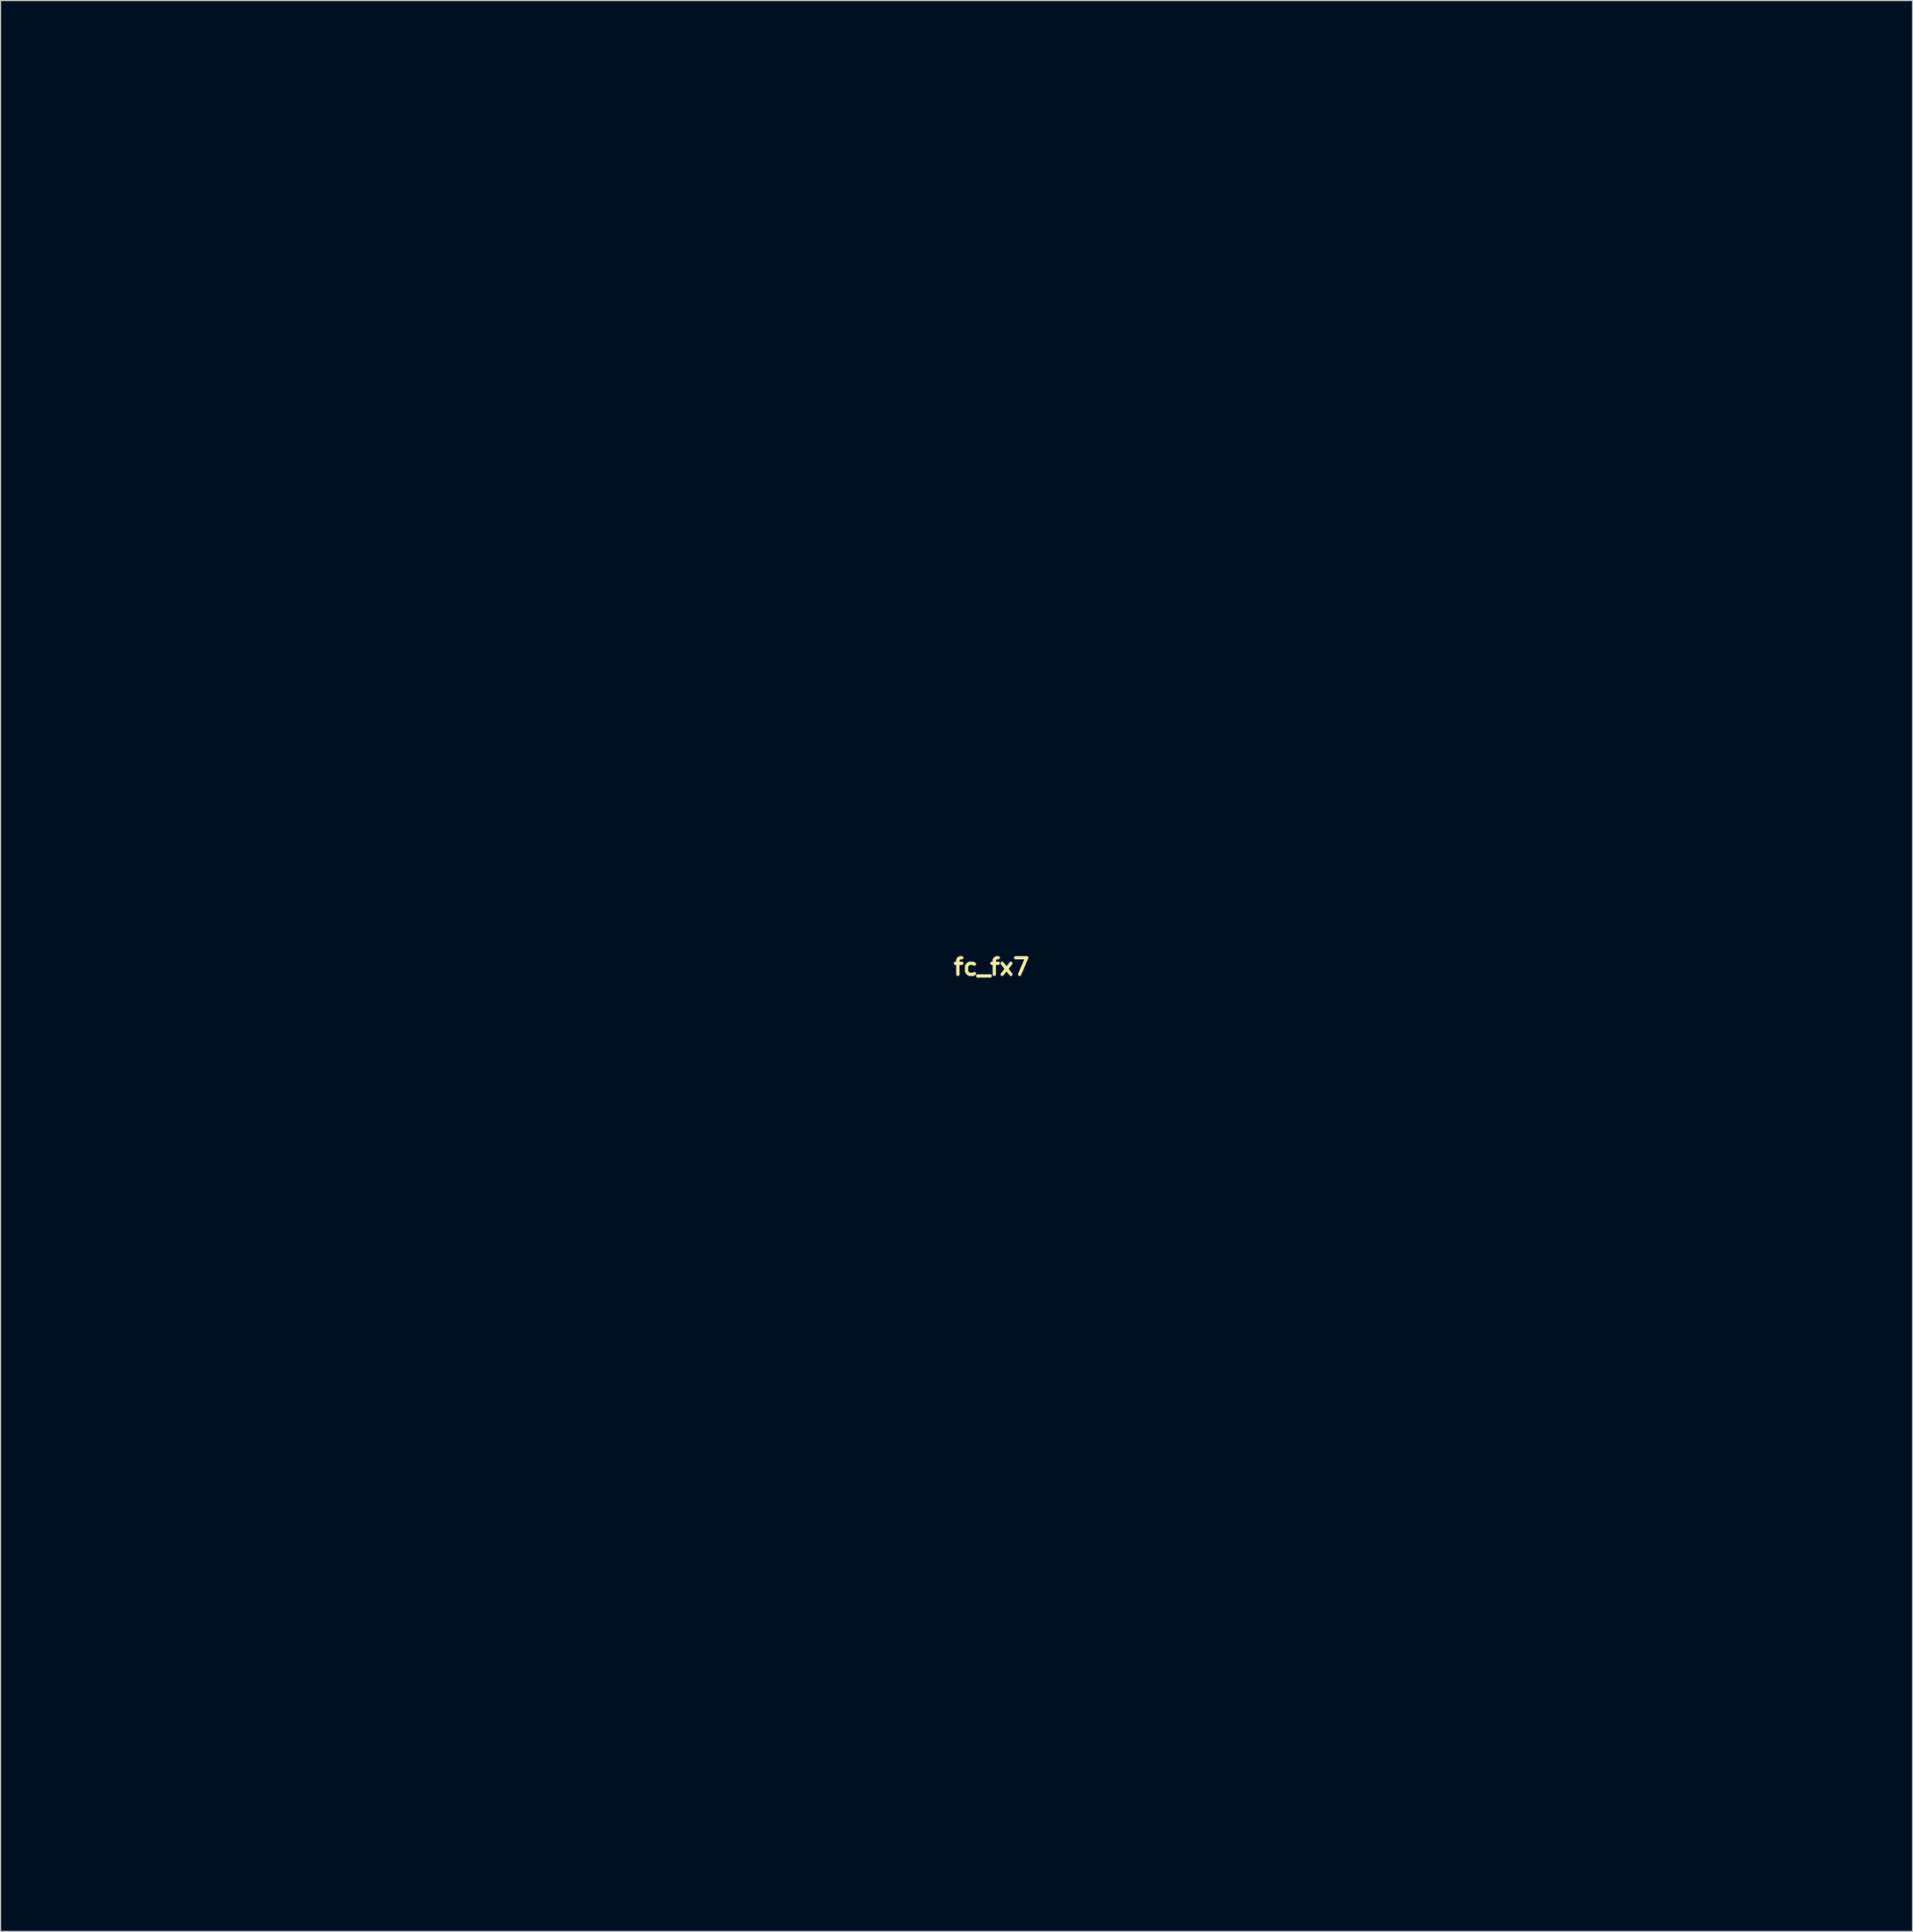
<source format=kicad_pcb>
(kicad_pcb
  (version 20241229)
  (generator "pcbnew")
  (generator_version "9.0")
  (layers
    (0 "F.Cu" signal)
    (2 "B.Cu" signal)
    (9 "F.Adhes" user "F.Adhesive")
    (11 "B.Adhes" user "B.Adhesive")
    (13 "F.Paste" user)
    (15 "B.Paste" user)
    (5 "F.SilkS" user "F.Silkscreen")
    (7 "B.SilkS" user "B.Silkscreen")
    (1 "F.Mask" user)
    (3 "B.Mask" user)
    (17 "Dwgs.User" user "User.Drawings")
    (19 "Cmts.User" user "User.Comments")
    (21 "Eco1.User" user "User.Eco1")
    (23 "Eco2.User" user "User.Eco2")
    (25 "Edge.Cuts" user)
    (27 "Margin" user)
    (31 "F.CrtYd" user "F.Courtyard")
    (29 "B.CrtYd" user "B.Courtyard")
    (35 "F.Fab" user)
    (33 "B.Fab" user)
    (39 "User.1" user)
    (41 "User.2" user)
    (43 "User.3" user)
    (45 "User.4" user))
  (footprint "fc_fx7"
    (layer "F.Cu")
    (at 87.826 85.55)
    (property "Reference" "fc_fx7" (at 0 0 0) (layer "F.SilkS") (effects (font (size 1.524 1.524) (thickness 0.3))))
    (attr through_hole)
    (fp_poly (pts (xy -68.792 -8.29) (xy -68.968 -8.114) (xy -69.144 -8.29) (xy -68.968 -8.467) (xy -68.792 -8.29)) (stroke (width 0.01) (type solid)) (fill no) (layer "Eco1.User"))
    (fp_poly (pts (xy -68.792 11.113) (xy -68.968 11.289) (xy -69.144 11.113) (xy -68.968 10.936) (xy -68.792 11.113)) (stroke (width 0.01) (type solid)) (fill no) (layer "Eco1.User"))
    (fp_poly (pts (xy -67.733 0.529) (xy -67.91 0.706) (xy -68.086 0.529) (xy -67.91 0.353) (xy -67.733 0.529)) (stroke (width 0.01) (type solid)) (fill no) (layer "Eco1.User"))
    (fp_poly (pts (xy -58.914 23.812) (xy -59.09 23.989) (xy -59.267 23.812) (xy -59.09 23.636) (xy -58.914 23.812)) (stroke (width 0.01) (type solid)) (fill no) (layer "Eco1.User"))
    (fp_poly (pts (xy -39.511 44.979) (xy -39.688 45.156) (xy -39.864 44.979) (xy -39.688 44.803) (xy -39.511 44.979)) (stroke (width 0.01) (type solid)) (fill no) (layer "Eco1.User"))
    (fp_poly (pts (xy -36.336 45.332) (xy -36.513 45.508) (xy -36.689 45.332) (xy -36.513 45.156) (xy -36.336 45.332)) (stroke (width 0.01) (type solid)) (fill no) (layer "Eco1.User"))
    (fp_poly (pts (xy -27.869 -36.16) (xy -28.046 -35.983) (xy -28.222 -36.16) (xy -28.046 -36.336) (xy -27.869 -36.16)) (stroke (width 0.01) (type solid)) (fill no) (layer "Eco1.User"))
    (fp_poly (pts (xy -26.811 -35.454) (xy -26.988 -35.278) (xy -27.164 -35.454) (xy -26.988 -35.631) (xy -26.811 -35.454)) (stroke (width 0.01) (type solid)) (fill no) (layer "Eco1.User"))
    (fp_poly (pts (xy -23.636 45.332) (xy -23.812 45.508) (xy -23.989 45.332) (xy -23.812 45.156) (xy -23.636 45.332)) (stroke (width 0.01) (type solid)) (fill no) (layer "Eco1.User"))
    (fp_poly (pts (xy -13.053 35.807) (xy -13.229 35.983) (xy -13.406 35.807) (xy -13.229 35.631) (xy -13.053 35.807)) (stroke (width 0.01) (type solid)) (fill no) (layer "Eco1.User"))
    (fp_poly (pts (xy -8.819 63.324) (xy -8.996 63.5) (xy -9.172 63.324) (xy -8.996 63.147) (xy -8.819 63.324)) (stroke (width 0.01) (type solid)) (fill no) (layer "Eco1.User"))
    (fp_poly (pts (xy -2.822 24.871) (xy -2.999 25.047) (xy -3.175 24.871) (xy -2.999 24.694) (xy -2.822 24.871)) (stroke (width 0.01) (type solid)) (fill no) (layer "Eco1.User"))
    (fp_poly (pts (xy 1.058 34.396) (xy 0.882 34.572) (xy 0.706 34.396) (xy 0.882 34.219) (xy 1.058 34.396)) (stroke (width 0.01) (type solid)) (fill no) (layer "Eco1.User"))
    (fp_poly (pts (xy 2.117 -19.932) (xy 1.94 -19.756) (xy 1.764 -19.932) (xy 1.94 -20.108) (xy 2.117 -19.932)) (stroke (width 0.01) (type solid)) (fill no) (layer "Eco1.User"))
    (fp_poly (pts (xy 17.286 -19.226) (xy 17.11 -19.05) (xy 16.933 -19.226) (xy 17.11 -19.403) (xy 17.286 -19.226)) (stroke (width 0.01) (type solid)) (fill no) (layer "Eco1.User"))
    (fp_poly (pts (xy 17.286 -18.168) (xy 17.11 -17.992) (xy 16.933 -18.168) (xy 17.11 -18.344) (xy 17.286 -18.168)) (stroke (width 0.01) (type solid)) (fill no) (layer "Eco1.User"))
    (fp_poly (pts (xy 21.872 24.871) (xy 21.696 25.047) (xy 21.519 24.871) (xy 21.696 24.694) (xy 21.872 24.871)) (stroke (width 0.01) (type solid)) (fill no) (layer "Eco1.User"))
    (fp_poly (pts (xy 22.225 -19.579) (xy 22.049 -19.403) (xy 21.872 -19.579) (xy 22.049 -19.756) (xy 22.225 -19.579)) (stroke (width 0.01) (type solid)) (fill no) (layer "Eco1.User"))
    (fp_poly (pts (xy 22.578 24.518) (xy 22.401 24.694) (xy 22.225 24.518) (xy 22.401 24.342) (xy 22.578 24.518)) (stroke (width 0.01) (type solid)) (fill no) (layer "Eco1.User"))
    (fp_poly (pts (xy 26.458 47.096) (xy 26.282 47.272) (xy 26.106 47.096) (xy 26.282 46.919) (xy 26.458 47.096)) (stroke (width 0.01) (type solid)) (fill no) (layer "Eco1.User"))
    (fp_poly (pts (xy 26.458 62.265) (xy 26.282 62.442) (xy 26.106 62.265) (xy 26.282 62.089) (xy 26.458 62.265)) (stroke (width 0.01) (type solid)) (fill no) (layer "Eco1.User"))
    (fp_poly (pts (xy 46.567 -34.749) (xy 46.39 -34.572) (xy 46.214 -34.749) (xy 46.39 -34.925) (xy 46.567 -34.749)) (stroke (width 0.01) (type solid)) (fill no) (layer "Eco1.User"))
    (fp_poly (pts (xy 0.588 24.459) (xy 0.54 24.669) (xy 0.353 24.694) (xy 0.062 24.565) (xy 0.118 24.459) (xy 0.536 24.417) (xy 0.588 24.459)) (stroke (width 0.01) (type solid)) (fill no) (layer "Eco1.User"))
    (fp_poly (pts (xy 22.46 25.165) (xy 22.502 25.583) (xy 22.46 25.635) (xy 22.25 25.587) (xy 22.225 25.4) (xy 22.354 25.11) (xy 22.46 25.165)) (stroke (width 0.01) (type solid)) (fill no) (layer "Eco1.User"))
    (fp_poly (pts (xy 26.694 -81.727) (xy 26.736 -81.308) (xy 26.694 -81.256) (xy 26.484 -81.305) (xy 26.458 -81.492) (xy 26.587 -81.782) (xy 26.694 -81.727)) (stroke (width 0.01) (type solid)) (fill no) (layer "Eco1.User"))
    (fp_poly (pts (xy -20.163 45.298) (xy -19.784 45.653) (xy -19.862 45.858) (xy -19.911 45.861) (xy -20.21 45.611) (xy -20.318 45.454) (xy -20.36 45.212) (xy -20.163 45.298)) (stroke (width 0.01) (type solid)) (fill no) (layer "Eco1.User"))
    (fp_poly (pts (xy 44.431 21.632) (xy 44.45 21.843) (xy 44.226 22.449) (xy 43.895 22.578) (xy 43.471 22.313) (xy 43.454 21.99) (xy 43.749 21.402) (xy 44.156 21.27) (xy 44.431 21.632)) (stroke (width 0.01) (type solid)) (fill no) (layer "Eco1.User"))
    (fp_poly (pts (xy -72.655 -11.795) (xy -72.279 -11.71) (xy -71.085 -11.381) (xy -72.078 -10.982) (xy -73.044 -10.649) (xy -73.592 -10.647) (xy -73.926 -10.967) (xy -74.002 -11.505) (xy -73.533 -11.802) (xy -72.655 -11.795)) (stroke (width 0.01) (type solid)) (fill no) (layer "Eco1.User"))
    (fp_poly (pts (xy 42.33 9.663) (xy 42.333 9.835) (xy 42.123 10.443) (xy 41.804 10.583) (xy 41.334 10.416) (xy 41.275 10.274) (xy 41.516 9.814) (xy 41.804 9.525) (xy 42.21 9.298) (xy 42.33 9.663)) (stroke (width 0.01) (type solid)) (fill no) (layer "Eco1.User"))
    (fp_poly (pts (xy 19.962 69.993) (xy 20.306 70.237) (xy 20.299 70.753) (xy 19.836 71.199) (xy 19.158 71.378) (xy 18.962 71.352) (xy 18.413 70.98) (xy 18.349 70.424) (xy 18.726 69.964) (xy 19.206 69.85) (xy 19.962 69.993)) (stroke (width 0.01) (type solid)) (fill no) (layer "Eco1.User"))
    (fp_poly (pts (xy -44.185 69.915) (xy -43.476 70.151) (xy -43.215 70.515) (xy -43.495 70.971) (xy -44.113 71.335) (xy -44.735 71.447) (xy -44.945 71.355) (xy -45.123 70.861) (xy -45.156 70.473) (xy -44.997 69.994) (xy -44.4 69.895) (xy -44.185 69.915)) (stroke (width 0.01) (type solid)) (fill no) (layer "Eco1.User"))
    (fp_poly (pts (xy -20.745 69.961) (xy -20.472 70.373) (xy -20.461 70.556) (xy -20.627 71.072) (xy -21.246 71.254) (xy -21.519 71.261) (xy -22.294 71.15) (xy -22.567 70.738) (xy -22.578 70.556) (xy -22.411 70.039) (xy -21.793 69.857) (xy -21.519 69.85) (xy -20.745 69.961)) (stroke (width 0.01) (type solid)) (fill no) (layer "Eco1.User"))
    (fp_poly (pts (xy -17.884 -78.234) (xy -17.677 -77.843) (xy -17.705 -77.173) (xy -17.977 -76.311) (xy -18.485 -75.875) (xy -19.065 -75.99) (xy -19.155 -76.07) (xy -19.337 -76.574) (xy -19.403 -77.317) (xy -19.295 -78.045) (xy -18.843 -78.299) (xy -18.498 -78.317) (xy -17.884 -78.234)) (stroke (width 0.01) (type solid)) (fill no) (layer "Eco1.User"))
    (fp_poly (pts (xy 25.741 -81.459) (xy 25.753 -81.421) (xy 25.442 -81.234) (xy 24.679 -81.141) (xy 24.518 -81.139) (xy 23.701 -81.174) (xy 23.294 -81.259) (xy 23.283 -81.277) (xy 23.593 -81.404) (xy 24.354 -81.538) (xy 24.518 -81.559) (xy 25.33 -81.583) (xy 25.741 -81.459)) (stroke (width 0.01) (type solid)) (fill no) (layer "Eco1.User"))
    (fp_poly (pts (xy 57.227 38.498) (xy 57.666 39.311) (xy 57.682 40.321) (xy 57.334 41.136) (xy 56.567 41.842) (xy 55.72 41.878) (xy 54.926 41.244) (xy 54.826 41.101) (xy 54.446 40.038) (xy 54.588 39.017) (xy 55.202 38.268) (xy 55.485 38.126) (xy 56.466 38.048) (xy 57.227 38.498)) (stroke (width 0.01) (type solid)) (fill no) (layer "Eco1.User"))
    (fp_poly (pts (xy -20.383 -78.248) (xy -20.157 -77.904) (xy -20.168 -77.083) (xy -20.175 -76.997) (xy -20.423 -76.036) (xy -20.894 -75.529) (xy -21.465 -75.586) (xy -21.625 -75.717) (xy -21.795 -76.211) (xy -21.872 -77.073) (xy -21.872 -77.141) (xy -21.799 -77.949) (xy -21.472 -78.269) (xy -20.969 -78.317) (xy -20.383 -78.248)) (stroke (width 0.01) (type solid)) (fill no) (layer "Eco1.User"))
    (fp_poly (pts (xy -72.397 -20.698) (xy -71.516 -20.541) (xy -71.039 -20.309) (xy -71.019 -20.27) (xy -71.106 -19.58) (xy -71.693 -18.995) (xy -72.577 -18.627) (xy -73.553 -18.585) (xy -73.946 -18.693) (xy -74.645 -19.2) (xy -75.003 -19.885) (xy -74.893 -20.493) (xy -74.85 -20.541) (xy -74.325 -20.717) (xy -73.421 -20.763) (xy -72.397 -20.698)) (stroke (width 0.01) (type solid)) (fill no) (layer "Eco1.User"))
    (fp_poly (pts (xy -71.486 17.407) (xy -71.287 17.703) (xy -71.261 18.137) (xy -71.565 18.988) (xy -72.323 19.565) (xy -73.309 19.768) (xy -74.292 19.499) (xy -74.339 19.47) (xy -74.712 18.933) (xy -74.868 18.329) (xy -74.87 17.821) (xy -74.617 17.547) (xy -73.943 17.415) (xy -73.113 17.356) (xy -72.036 17.316) (xy -71.486 17.407)) (stroke (width 0.01) (type solid)) (fill no) (layer "Eco1.User"))
    (fp_poly (pts (xy 45.985 -24.741) (xy 46.503 -23.943) (xy 46.567 -23.46) (xy 46.376 -22.65) (xy 46.143 -22.296) (xy 45.596 -21.992) (xy 44.927 -21.866) (xy 44.467 -21.963) (xy 44.418 -22.049) (xy 44.395 -22.493) (xy 44.386 -23.283) (xy 44.405 -24.328) (xy 44.509 -24.85) (xy 44.77 -25.029) (xy 45.085 -25.047) (xy 45.985 -24.741)) (stroke (width 0.01) (type solid)) (fill no) (layer "Eco1.User"))
    (fp_poly (pts (xy 31.936 -85.433) (xy 32.106 -85.416) (xy 32.2 -85.052) (xy 32.275 -83.987) (xy 32.332 -82.227) (xy 32.369 -79.776) (xy 32.387 -76.64) (xy 32.387 -72.823) (xy 32.371 -69.056) (xy 32.279 -52.74) (xy 31.384 -52.636) (xy 30.613 -52.645) (xy 30.237 -52.783) (xy 30.169 -53.191) (xy 30.112 -54.213) (xy 30.065 -55.762) (xy 30.029 -57.754) (xy 30.002 -60.105) (xy 29.986 -62.728) (xy 29.979 -65.54) (xy 29.981 -68.455) (xy 29.992 -71.389) (xy 30.012 -74.257) (xy 30.04 -76.973) (xy 30.077 -79.454) (xy 30.122 -81.613) (xy 30.174 -83.366) (xy 30.234 -84.628) (xy 30.301 -85.315) (xy 30.339 -85.416) (xy 30.999 -85.457) (xy 31.221 -85.46) (xy 31.936 -85.433)) (stroke (width 0.01) (type solid)) (fill no) (layer "Eco1.User"))
    (fp_poly (pts (xy -3.854 -79.586) (xy -3.496 -79.198) (xy -3.43 -78.442) (xy -3.469 -77.83) (xy -3.62 -76.897) (xy -3.849 -76.31) (xy -4.075 -76.166) (xy -4.218 -76.562) (xy -4.233 -76.906) (xy -4.383 -77.5) (xy -4.586 -77.655) (xy -5.5 -77.715) (xy -6.059 -77.542) (xy -6.441 -77.218) (xy -6.798 -76.65) (xy -6.621 -76.259) (xy -6.43 -75.772) (xy -6.499 -74.86) (xy -6.689 -73.965) (xy -6.94 -72.238) (xy -6.783 -70.94) (xy -6.234 -70.136) (xy -5.657 -69.907) (xy -4.831 -70.03) (xy -4.364 -70.718) (xy -4.228 -71.79) (xy -4.183 -72.463) (xy -4.035 -72.506) (xy -3.848 -72.224) (xy -3.622 -71.435) (xy -3.594 -70.46) (xy -3.699 -69.79) (xy -3.974 -69.439) (xy -4.607 -69.283) (xy -5.525 -69.215) (xy -6.592 -69.21) (xy -7.338 -69.312) (xy -7.536 -69.418) (xy -7.608 -69.865) (xy -7.677 -70.882) (xy -7.735 -72.328) (xy -7.775 -74.069) (xy -7.783 -74.638) (xy -7.84 -79.551) (xy -5.991 -79.66) (xy -4.639 -79.707) (xy -3.854 -79.586)) (stroke (width 0.01) (type solid)) (fill no) (layer "Eco1.User"))
    (fp_poly (pts (xy 27.342 -74.701) (xy 27.292 -72.882) (xy 27.247 -71.317) (xy 27.211 -70.142) (xy 27.189 -69.49) (xy 27.185 -69.409) (xy 26.858 -69.217) (xy 26.077 -69.133) (xy 25.083 -69.145) (xy 24.12 -69.243) (xy 23.429 -69.416) (xy 23.234 -69.585) (xy 23.213 -70.085) (xy 23.191 -71.147) (xy 23.169 -72.627) (xy 23.15 -74.384) (xy 23.148 -74.582) (xy 24.031 -74.582) (xy 24.062 -73.269) (xy 24.146 -71.996) (xy 24.277 -70.949) (xy 24.451 -70.313) (xy 24.467 -70.285) (xy 25.062 -69.897) (xy 25.865 -69.951) (xy 26.388 -70.273) (xy 26.701 -70.971) (xy 26.805 -72.018) (xy 26.709 -73.104) (xy 26.421 -73.922) (xy 26.282 -74.083) (xy 25.83 -74.756) (xy 25.753 -75.142) (xy 26.007 -75.881) (xy 26.282 -76.2) (xy 26.725 -76.709) (xy 26.811 -76.949) (xy 26.525 -77.224) (xy 26.282 -77.258) (xy 25.812 -77.418) (xy 25.753 -77.552) (xy 25.466 -77.813) (xy 25.224 -77.846) (xy 24.755 -77.594) (xy 24.694 -77.376) (xy 24.458 -76.946) (xy 24.299 -76.906) (xy 24.144 -76.585) (xy 24.057 -75.749) (xy 24.031 -74.582) (xy 23.148 -74.582) (xy 23.146 -74.877) (xy 23.107 -79.727) (xy 27.477 -79.728) (xy 27.342 -74.701)) (stroke (width 0.01) (type solid)) (fill no) (layer "Eco1.User"))
    (fp_poly (pts (xy -13.748 -85.503) (xy -13.65 -85.055) (xy -13.556 -83.926) (xy -13.465 -82.14) (xy -13.38 -79.722) (xy -13.3 -76.695) (xy -13.228 -73.085) (xy -13.162 -68.916) (xy -13.162 -68.852) (xy -13.11 -65.041) (xy -13.071 -61.877) (xy -13.045 -59.298) (xy -13.035 -57.244) (xy -13.042 -55.657) (xy -13.068 -54.475) (xy -13.114 -53.639) (xy -13.182 -53.089) (xy -13.274 -52.766) (xy -13.391 -52.608) (xy -13.535 -52.557) (xy -13.613 -52.553) (xy -14.077 -52.514) (xy -13.978 -52.317) (xy -13.603 -52.024) (xy -12.769 -51.657) (xy -11.728 -51.506) (xy -10.926 -51.57) (xy -10.638 -51.855) (xy -10.649 -52.299) (xy -10.697 -52.622) (xy -10.672 -52.855) (xy -10.477 -53.014) (xy -10.015 -53.114) (xy -9.189 -53.171) (xy -7.902 -53.201) (xy -6.057 -53.219) (xy -4.851 -53.229) (xy 0 -53.269) (xy 0 -53.446) (xy 2.469 -53.446) (xy 2.646 -53.269) (xy 2.751 -53.374) (xy 3.395 -53.374) (xy 3.881 -53.325) (xy 4.381 -53.381) (xy 4.322 -53.503) (xy 3.599 -53.55) (xy 3.44 -53.503) (xy 3.395 -53.374) (xy 2.751 -53.374) (xy 2.822 -53.446) (xy 2.646 -53.622) (xy 2.469 -53.446) (xy 0 -53.446) (xy 0 -55.787) (xy -3.348 -55.675) (xy -5.162 -55.659) (xy -6.327 -55.768) (xy -6.889 -56.023) (xy -6.898 -56.442) (xy -6.486 -56.963) (xy -5.831 -57.301) (xy -4.651 -57.472) (xy -3.531 -57.503) (xy -1.837 -57.459) (xy -0.748 -57.311) (xy -0.167 -57.036) (xy 0 -56.621) (xy 0.28 -56.096) (xy 0.441 -56.006) (xy 0.901 -55.963) (xy 1.968 -55.928) (xy 3.542 -55.901) (xy 5.523 -55.883) (xy 7.813 -55.876) (xy 9.959 -55.88) (xy 12.721 -55.892) (xy 14.863 -55.909) (xy 16.469 -55.939) (xy 17.626 -55.989) (xy 18.419 -56.066) (xy 18.932 -56.177) (xy 19.252 -56.331) (xy 19.463 -56.533) (xy 19.592 -56.709) (xy 19.977 -57.134) (xy 20.51 -57.375) (xy 21.384 -57.481) (xy 22.621 -57.503) (xy 24.52 -57.405) (xy 25.765 -57.106) (xy 26.38 -56.599) (xy 26.458 -56.256) (xy 26.328 -56.007) (xy 25.861 -55.85) (xy 24.941 -55.767) (xy 23.45 -55.739) (xy 23.146 -55.739) (xy 19.833 -55.739) (xy 19.544 -53.269) (xy 29.281 -53.269) (xy 29.281 -52.388) (xy 29.35 -51.835) (xy 29.688 -51.578) (xy 30.486 -51.507) (xy 30.801 -51.506) (xy 31.862 -51.619) (xy 32.76 -51.907) (xy 33.337 -52.285) (xy 33.439 -52.673) (xy 33.298 -52.822) (xy 33.202 -53.237) (xy 33.121 -54.3) (xy 33.057 -55.953) (xy 33.009 -58.14) (xy 32.977 -60.802) (xy 32.963 -63.86) (xy 48.86 -63.86) (xy 48.884 -62.181) (xy 48.987 -60.97) (xy 49.211 -59.991) (xy 49.601 -59.007) (xy 49.859 -58.467) (xy 51.421 -55.998) (xy 53.444 -53.917) (xy 55.806 -52.322) (xy 58.384 -51.31) (xy 58.983 -51.172) (xy 62.048 -50.841) (xy 64.887 -51.14) (xy 67.613 -52.082) (xy 67.613 -52.082) (xy 68.985 -52.808) (xy 70.229 -53.608) (xy 71.093 -54.321) (xy 71.141 -54.372) (xy 71.916 -55.224) (xy 72.577 -55.945) (xy 72.687 -56.065) (xy 73.188 -56.792) (xy 73.679 -57.777) (xy 73.717 -57.871) (xy 74.135 -58.811) (xy 74.519 -59.501) (xy 74.557 -59.554) (xy 74.726 -60.141) (xy 74.823 -61.241) (xy 74.846 -62.666) (xy 74.797 -64.227) (xy 74.674 -65.736) (xy 74.572 -66.497) (xy 73.836 -68.976) (xy 72.504 -71.34) (xy 70.684 -73.449) (xy 68.483 -75.163) (xy 67.382 -75.776) (xy 65.244 -76.515) (xy 62.764 -76.881) (xy 60.202 -76.864) (xy 57.822 -76.451) (xy 57.063 -76.205) (xy 54.783 -75.009) (xy 52.678 -73.257) (xy 50.905 -71.099) (xy 50.015 -69.565) (xy 49.462 -68.381) (xy 49.12 -67.405) (xy 48.939 -66.392) (xy 48.869 -65.095) (xy 48.86 -63.86) (xy 32.963 -63.86) (xy 32.963 -63.883) (xy 32.967 -67.325) (xy 32.977 -69.144) (xy 34.572 -69.144) (xy 34.701 -68.854) (xy 34.807 -68.909) (xy 34.85 -69.328) (xy 34.807 -69.38) (xy 34.598 -69.331) (xy 34.572 -69.144) (xy 32.977 -69.144) (xy 32.988 -71.071) (xy 33.01 -73.186) (xy 34.337 -73.186) (xy 34.5 -72.726) (xy 34.631 -72.672) (xy 34.919 -72.939) (xy 34.925 -73.004) (xy 34.672 -73.489) (xy 34.631 -73.518) (xy 34.373 -73.41) (xy 34.337 -73.186) (xy 33.01 -73.186) (xy 33.029 -75.063) (xy 33.047 -76.376) (xy 47.272 -76.376) (xy 47.449 -76.2) (xy 47.625 -76.376) (xy 47.449 -76.553) (xy 47.272 -76.376) (xy 33.047 -76.376) (xy 33.082 -78.846) (xy 49.742 -78.846) (xy 49.918 -78.669) (xy 50.094 -78.846) (xy 49.918 -79.022) (xy 49.742 -78.846) (xy 33.082 -78.846) (xy 33.087 -79.244) (xy 33.103 -80.169) (xy 33.104 -80.257) (xy 51.858 -80.257) (xy 52.035 -80.081) (xy 52.211 -80.257) (xy 52.035 -80.433) (xy 51.858 -80.257) (xy 33.104 -80.257) (xy 33.161 -83.608) (xy 46.302 -83.599) (xy 50.636 -83.586) (xy 54.333 -83.549) (xy 57.46 -83.485) (xy 60.084 -83.389) (xy 62.273 -83.256) (xy 64.095 -83.083) (xy 65.617 -82.866) (xy 66.907 -82.599) (xy 68.032 -82.279) (xy 68.263 -82.202) (xy 71.373 -80.769) (xy 74.213 -78.753) (xy 76.675 -76.26) (xy 78.648 -73.393) (xy 79.666 -71.261) (xy 80.033 -70.29) (xy 80.34 -69.344) (xy 80.592 -68.351) (xy 80.795 -67.238) (xy 80.954 -65.933) (xy 81.075 -64.364) (xy 81.163 -62.459) (xy 81.223 -60.145) (xy 81.262 -57.35) (xy 81.283 -54.002) (xy 81.294 -50.028) (xy 81.294 -49.565) (xy 81.315 -34.043) (xy 69.18 -33.95) (xy 65.906 -33.922) (xy 63.267 -33.892) (xy 61.192 -33.854) (xy 59.61 -33.806) (xy 58.45 -33.744) (xy 57.642 -33.663) (xy 57.114 -33.56) (xy 56.796 -33.431) (xy 56.617 -33.272) (xy 56.609 -33.262) (xy 55.883 -32.805) (xy 54.898 -32.667) (xy 54.061 -32.577) (xy 53.623 -32.353) (xy 53.605 -32.297) (xy 53.591 -31.804) (xy 53.567 -30.777) (xy 53.537 -29.387) (xy 53.517 -28.399) (xy 53.446 -24.871) (xy 47.978 -24.665) (xy 47.978 -21.549) (xy 53.446 -21.343) (xy 53.405 -18.232) (xy 47.978 -18.391) (xy 47.978 -15.199) (xy 53.421 -14.993) (xy 53.412 -13.406) (xy 53.404 -11.818) (xy 50.691 -11.715) (xy 47.978 -11.612) (xy 47.978 -8.496) (xy 53.423 -8.29) (xy 53.434 -6.791) (xy 53.446 -5.292) (xy 47.978 -5.292) (xy 47.978 -2.146) (xy 50.7 -2.043) (xy 53.422 -1.94) (xy 53.434 -0.353) (xy 53.446 1.235) (xy 50.712 1.338) (xy 47.978 1.441) (xy 47.978 4.642) (xy 50.611 4.526) (xy 52.066 4.494) (xy 52.939 4.624) (xy 53.353 5.019) (xy 53.43 5.779) (xy 53.32 6.791) (xy 53.224 7.287) (xy 52.998 7.577) (xy 52.483 7.715) (xy 51.523 7.758) (xy 50.584 7.761) (xy 47.978 7.761) (xy 47.978 10.936) (xy 53.578 10.936) (xy 53.394 12.259) (xy 53.217 13.382) (xy 52.967 14.04) (xy 52.477 14.356) (xy 51.581 14.456) (xy 50.458 14.464) (xy 47.978 14.464) (xy 47.978 17.256) (xy 53.38 17.462) (xy 53.38 20.637) (xy 50.679 20.741) (xy 47.978 20.844) (xy 47.978 23.959) (xy 50.67 24.062) (xy 53.362 24.165) (xy 53.296 27.958) (xy 53.23 31.75) (xy 54.485 31.75) (xy 55.754 32.001) (xy 56.44 32.451) (xy 56.658 32.639) (xy 56.945 32.791) (xy 57.374 32.912) (xy 58.02 33.005) (xy 58.956 33.077) (xy 60.256 33.13) (xy 61.993 33.17) (xy 64.241 33.201) (xy 67.074 33.228) (xy 69.228 33.245) (xy 81.315 33.337) (xy 81.397 47.272) (xy 81.413 51.988) (xy 81.402 56.059) (xy 81.359 59.545) (xy 81.28 62.505) (xy 81.163 65) (xy 81.003 67.089) (xy 80.797 68.832) (xy 80.54 70.289) (xy 80.231 71.521) (xy 79.864 72.586) (xy 79.861 72.593) (xy 78.162 76) (xy 75.972 78.941) (xy 73.337 81.375) (xy 70.307 83.261) (xy 66.929 84.556) (xy 65.718 84.853) (xy 65.068 84.915) (xy 63.756 84.974) (xy 61.824 85.029) (xy 59.315 85.079) (xy 56.272 85.126) (xy 52.738 85.169) (xy 48.755 85.208) (xy 44.365 85.243) (xy 39.613 85.275) (xy 34.539 85.302) (xy 29.188 85.325) (xy 23.602 85.345) (xy 17.823 85.36) (xy 11.894 85.372) (xy 5.858 85.38) (xy -0.243 85.383) (xy -6.365 85.383) (xy -12.466 85.379) (xy -18.504 85.371) (xy -24.435 85.36) (xy -30.217 85.344) (xy -35.808 85.324) (xy -41.164 85.301) (xy -46.243 85.273) (xy -51.002 85.242) (xy -55.398 85.207) (xy -59.389 85.168) (xy -62.932 85.125) (xy -65.985 85.078) (xy -68.504 85.027) (xy -70.446 84.972) (xy -71.771 84.913) (xy -72.433 84.851) (xy -72.443 84.849) (xy -74.89 84.077) (xy -76.994 83.079) (xy -29.986 83.079) (xy -29.81 83.256) (xy -29.633 83.079) (xy -29.81 82.903) (xy -29.986 83.079) (xy -76.994 83.079) (xy -77.442 82.867) (xy -77.665 82.726) (xy -43.039 82.726) (xy -42.862 82.903) (xy -42.686 82.726) (xy -25.4 82.726) (xy -25.224 82.903) (xy -25.047 82.726) (xy -25.224 82.55) (xy -25.4 82.726) (xy -42.686 82.726) (xy -42.862 82.55) (xy -43.039 82.726) (xy -77.665 82.726) (xy -79.819 81.369) (xy -81.442 80.029) (xy -82.292 79.073) (xy -41.981 79.073) (xy -41.697 80.084) (xy -40.982 80.726) (xy -40.041 80.933) (xy -39.08 80.641) (xy -38.541 80.154) (xy -38.134 79.3) (xy -38.213 79.025) (xy -29.785 79.025) (xy -29.734 79.327) (xy -29.164 80.157) (xy -28.28 80.662) (xy -27.305 80.795) (xy -26.466 80.507) (xy -26.118 80.104) (xy -25.822 79.422) (xy -25.753 79.112) (xy -25.77 79.075) (xy -17.286 79.075) (xy -16.992 80.038) (xy -16.217 80.63) (xy -15.124 80.767) (xy -14.316 80.572) (xy -13.886 80.072) (xy -13.776 79.192) (xy -13.801 79.082) (xy -4.939 79.082) (xy -4.692 79.989) (xy -3.969 80.584) (xy -3.103 81.008) (xy -2.55 81.048) (xy -2.019 80.682) (xy -1.746 80.415) (xy -1.25 79.511) (xy -1.31 78.662) (xy 7.44 78.662) (xy 7.598 79.673) (xy 8.182 80.499) (xy 8.467 80.685) (xy 9.309 81.053) (xy 9.859 81.03) (xy 10.435 80.58) (xy 10.583 80.433) (xy 11.183 79.617) (xy 11.18 79.257) (xy 19.818 79.257) (xy 20.212 80.21) (xy 20.986 80.77) (xy 21.924 80.902) (xy 22.808 80.566) (xy 23.363 79.87) (xy 23.462 79.054) (xy 32.103 79.054) (xy 32.38 79.986) (xy 33.071 80.603) (xy 33.966 80.859) (xy 34.857 80.708) (xy 35.533 80.104) (xy 35.659 79.837) (xy 35.708 78.812) (xy 35.218 77.906) (xy 34.343 77.367) (xy 34.102 77.321) (xy 32.971 77.445) (xy 32.292 78.102) (xy 32.103 79.054) (xy 23.462 79.054) (xy 23.484 78.872) (xy 23.055 77.971) (xy 22.221 77.379) (xy 21.555 77.258) (xy 20.472 77.517) (xy 19.89 78.264) (xy 19.818 79.257) (xy 11.18 79.257) (xy 11.176 78.825) (xy 10.74 78.042) (xy 9.973 77.447) (xy 8.983 77.261) (xy 8.074 77.511) (xy 7.779 77.766) (xy 7.44 78.662) (xy -1.31 78.662) (xy -1.318 78.551) (xy -1.855 77.742) (xy -2.772 77.293) (xy -3.148 77.258) (xy -4.232 77.503) (xy -4.818 78.245) (xy -4.939 79.082) (xy -13.801 79.082) (xy -14.006 78.19) (xy -14.124 77.941) (xy -14.746 77.427) (xy -15.671 77.259) (xy -16.567 77.467) (xy -16.863 77.682) (xy -17.182 78.334) (xy -17.286 79.075) (xy -25.77 79.075) (xy -26.04 78.489) (xy -26.727 77.835) (xy -27.55 77.365) (xy -28.04 77.258) (xy -28.88 77.537) (xy -29.53 78.209) (xy -29.785 79.025) (xy -38.213 79.025) (xy -38.371 78.479) (xy -38.806 77.964) (xy -39.797 77.333) (xy -40.767 77.286) (xy -41.544 77.764) (xy -41.955 78.707) (xy -41.981 79.073) (xy -82.292 79.073) (xy -83.79 77.387) (xy -85.542 74.5) (xy -86.743 71.274) (xy -87.435 67.619) (xy -87.494 67.066) (xy -87.529 66.385) (xy -81.311 66.385) (xy -81.035 68.89) (xy -80.36 70.988) (xy -78.788 73.718) (xy -76.874 75.856) (xy -75.432 76.945) (xy -73.726 77.909) (xy -72.058 78.526) (xy -70.202 78.854) (xy -67.932 78.948) (xy -67.397 78.944) (xy -65.746 78.897) (xy -64.557 78.78) (xy -63.59 78.539) (xy -62.601 78.122) (xy -61.874 77.754) (xy -59.401 76.124) (xy -59.307 76.024) (xy 12.347 76.024) (xy 12.524 76.2) (xy 12.7 76.024) (xy 12.524 75.847) (xy 12.347 76.024) (xy -59.307 76.024) (xy -58.976 75.671) (xy -31.397 75.671) (xy -31.221 75.847) (xy -31.044 75.671) (xy -6.703 75.671) (xy -6.526 75.847) (xy -6.35 75.671) (xy 5.644 75.671) (xy 5.821 75.847) (xy 5.997 75.671) (xy 5.821 75.494) (xy 5.644 75.671) (xy -6.35 75.671) (xy -6.526 75.494) (xy -6.703 75.671) (xy -31.044 75.671) (xy -31.221 75.494) (xy -31.397 75.671) (xy -58.976 75.671) (xy -57.465 74.064) (xy -56.263 72.078) (xy -56.077 71.614) (xy -45.861 71.614) (xy -45.81 72.839) (xy -45.664 73.486) (xy -45.508 73.554) (xy -45.212 73.057) (xy -45.156 72.651) (xy -44.961 72.079) (xy -44.466 72.04) (xy -43.803 72.514) (xy -43.45 72.936) (xy -42.925 73.529) (xy -42.563 73.713) (xy -42.534 73.696) (xy -42.553 73.54) (xy -41.248 73.54) (xy -41.019 73.51) (xy -40.557 73.025) (xy -39.854 72.143) (xy -39.185 72.937) (xy -38.543 73.596) (xy -38.273 73.664) (xy -38.416 73.177) (xy -38.558 72.923) (xy -37.042 72.923) (xy -36.792 73.527) (xy -36.2 73.734) (xy -35.5 73.549) (xy -34.927 72.98) (xy -34.866 72.859) (xy -34.721 71.936) (xy -34.859 71.656) (xy -33.161 71.656) (xy -32.888 72.816) (xy -32.159 73.518) (xy -31.108 73.665) (xy -30.544 73.516) (xy -30.057 73.065) (xy -29.986 72.786) (xy -30.062 72.467) (xy -30.391 72.678) (xy -30.54 72.823) (xy -31.034 73.274) (xy -31.416 73.331) (xy -31.898 73.164) (xy -32.3 72.681) (xy -32.472 71.824) (xy -32.459 71.609) (xy -28.554 71.609) (xy -28.356 72.623) (xy -28.021 73.176) (xy -27.177 73.683) (xy -26.152 73.586) (xy -25.958 73.516) (xy -25.471 73.065) (xy -25.4 72.786) (xy -25.475 72.467) (xy -25.805 72.678) (xy -25.954 72.823) (xy -26.521 73.268) (xy -26.811 73.378) (xy -27.278 73.154) (xy -27.668 72.823) (xy -28.149 71.996) (xy -28.147 71.139) (xy -27.777 70.405) (xy -27.153 69.948) (xy -26.389 69.921) (xy -25.779 70.291) (xy -25.438 70.541) (xy -25.464 70.228) (xy -25.471 70.203) (xy -25.923 69.762) (xy -26.739 69.56) (xy -27.609 69.638) (xy -28.067 69.868) (xy -28.459 70.582) (xy -28.554 71.609) (xy -32.459 71.609) (xy -32.415 70.887) (xy -32.131 70.162) (xy -31.88 69.96) (xy -31.131 69.953) (xy -30.65 70.147) (xy -29.938 70.511) (xy -29.721 70.459) (xy -30.06 70.038) (xy -30.268 69.856) (xy -31.045 69.497) (xy -22.931 69.497) (xy -22.883 71.702) (xy -22.837 72.684) (xy -22.764 73.163) (xy -22.679 73.04) (xy -22.676 73.025) (xy -22.444 72.228) (xy -22.218 71.831) (xy -21.822 71.875) (xy -21.165 72.371) (xy -20.837 72.704) (xy -20.203 73.337) (xy -19.814 73.61) (xy -19.756 73.572) (xy -19.97 73.091) (xy -20.214 72.775) (xy -18.606 72.775) (xy -18.344 73.201) (xy -17.573 73.648) (xy -16.57 73.669) (xy -15.928 73.418) (xy -15.553 72.862) (xy -15.575 72.779) (xy -14.371 72.779) (xy -14.111 73.201) (xy -13.285 73.68) (xy -12.152 73.618) (xy -11.847 73.516) (xy -11.408 73.034) (xy -11.289 72.485) (xy -11.479 71.841) (xy -11.962 71.523) (xy -9.941 71.523) (xy -9.94 72.534) (xy -9.85 73.348) (xy -9.685 73.726) (xy -9.661 73.731) (xy -9.597 73.409) (xy -9.566 72.572) (xy -9.571 71.526) (xy -9.587 71.039) (xy -7.056 71.039) (xy -6.752 71.344) (xy -6.085 71.451) (xy -5.389 71.543) (xy -5.21 71.939) (xy -5.233 72.143) (xy -5.547 73.023) (xy -6.059 73.267) (xy -6.511 73.037) (xy -6.944 72.812) (xy -7.056 72.923) (xy -6.795 73.487) (xy -6.173 73.682) (xy -5.432 73.506) (xy -4.813 72.957) (xy -4.8 72.937) (xy -4.636 72.128) (xy -5.039 71.405) (xy -5.88 70.984) (xy -5.965 70.969) (xy -6.536 70.715) (xy -6.513 70.313) (xy -5.939 69.916) (xy -5.618 69.807) (xy -5.591 69.799) (xy -3.578 69.799) (xy -3.425 70.588) (xy -3.114 71.631) (xy -2.695 72.709) (xy -2.306 73.436) (xy -2.048 73.649) (xy -1.752 73.278) (xy -1.345 72.438) (xy -1.028 71.617) (xy -1.003 71.546) (xy 2.107 71.546) (xy 2.266 72.55) (xy 2.671 73.176) (xy 3.542 73.639) (xy 4.574 73.682) (xy 5.146 73.461) (xy 5.533 72.935) (xy 5.731 72.408) (xy 5.775 71.833) (xy 5.484 71.702) (xy 7.117 71.702) (xy 7.157 72.774) (xy 7.202 73.171) (xy 7.261 72.926) (xy 7.314 72.408) (xy 7.464 71.492) (xy 7.682 70.961) (xy 7.772 70.908) (xy 8.143 71.19) (xy 8.593 71.87) (xy 8.611 71.904) (xy 9.157 72.77) (xy 9.678 73.358) (xy 9.974 73.533) (xy 10.133 73.354) (xy 10.185 72.701) (xy 10.169 71.569) (xy 10.129 70.49) (xy 10.083 70.087) (xy 10.022 70.331) (xy 9.972 70.82) (xy 9.834 71.736) (xy 9.645 72.266) (xy 9.57 72.319) (xy 9.253 72.039) (xy 8.759 71.331) (xy 8.509 70.908) (xy 7.97 70.066) (xy 7.52 69.561) (xy 7.386 69.497) (xy 11.642 69.497) (xy 11.642 71.614) (xy 11.687 72.73) (xy 11.805 73.497) (xy 11.942 73.731) (xy 12.103 73.413) (xy 12.196 72.596) (xy 12.206 71.878) (xy 12.211 70.796) (xy 12.337 70.23) (xy 12.673 69.993) (xy 13.129 69.916) (xy 13.881 69.968) (xy 14.247 70.474) (xy 14.306 70.682) (xy 14.422 71.967) (xy 13.988 72.862) (xy 13.402 73.276) (xy 12.881 73.593) (xy 12.998 73.719) (xy 13.141 73.725) (xy 14.049 73.423) (xy 14.746 72.666) (xy 15.037 71.708) (xy 14.995 71.321) (xy 14.555 70.2) (xy 13.851 69.639) (xy 12.833 69.497) (xy 17.639 69.497) (xy 17.639 71.635) (xy 17.691 72.851) (xy 17.838 73.49) (xy 17.992 73.554) (xy 18.265 73.068) (xy 18.344 72.475) (xy 18.51 71.786) (xy 18.934 71.671) (xy 19.508 72.099) (xy 20.068 72.937) (xy 20.511 73.539) (xy 20.846 73.731) (xy 20.927 73.471) (xy 20.67 72.828) (xy 20.569 72.648) (xy 20.171 71.912) (xy 20.152 71.609) (xy 22.246 71.609) (xy 22.444 72.623) (xy 22.779 73.176) (xy 23.623 73.683) (xy 24.537 73.596) (xy 32.846 73.596) (xy 33.095 73.48) (xy 33.576 72.907) (xy 34.322 71.907) (xy 35.159 72.907) (xy 35.996 73.907) (xy 35.406 72.606) (xy 35.05 71.727) (xy 35.017 71.151) (xy 35.308 70.555) (xy 35.375 70.451) (xy 37.631 70.451) (xy 37.8 70.632) (xy 38.076 71.036) (xy 38.267 71.877) (xy 38.294 72.16) (xy 38.39 73.257) (xy 38.487 73.65) (xy 38.584 73.339) (xy 38.682 72.322) (xy 38.715 71.838) (xy 38.756 70.701) (xy 38.73 69.877) (xy 38.665 69.592) (xy 38.313 69.662) (xy 37.944 69.956) (xy 37.631 70.451) (xy 35.375 70.451) (xy 35.407 70.401) (xy 35.727 69.78) (xy 35.699 69.499) (xy 35.682 69.497) (xy 35.269 69.761) (xy 34.845 70.279) (xy 34.326 71.061) (xy 33.907 70.279) (xy 33.465 69.683) (xy 33.141 69.497) (xy 33.065 69.745) (xy 33.351 70.349) (xy 33.389 70.408) (xy 33.768 71.095) (xy 33.747 71.642) (xy 33.397 72.314) (xy 32.941 73.188) (xy 32.846 73.596) (xy 24.537 73.596) (xy 24.648 73.586) (xy 24.842 73.516) (xy 25.329 73.065) (xy 25.4 72.786) (xy 25.325 72.467) (xy 24.995 72.678) (xy 24.846 72.823) (xy 24.171 73.316) (xy 23.572 73.198) (xy 23.113 72.804) (xy 22.649 71.984) (xy 22.663 71.121) (xy 23.049 70.39) (xy 23.7 69.967) (xy 24.509 70.028) (xy 24.732 70.144) (xy 25.263 70.427) (xy 25.363 70.287) (xy 25.323 70.142) (xy 24.87 69.738) (xy 24.622 69.684) (xy 29.254 69.684) (xy 29.369 69.74) (xy 29.739 69.984) (xy 29.928 70.577) (xy 29.986 71.687) (xy 29.986 71.837) (xy 30.043 72.967) (xy 30.202 73.526) (xy 30.339 73.554) (xy 30.545 73.101) (xy 30.672 72.195) (xy 30.692 71.619) (xy 30.752 70.515) (xy 30.972 69.939) (xy 31.309 69.74) (xy 31.373 69.647) (xy 30.851 69.589) (xy 30.339 69.579) (xy 29.538 69.609) (xy 29.254 69.684) (xy 24.622 69.684) (xy 24.054 69.561) (xy 23.191 69.643) (xy 22.733 69.868) (xy 22.341 70.582) (xy 22.246 71.609) (xy 20.152 71.609) (xy 20.147 71.528) (xy 20.492 71.252) (xy 20.552 71.219) (xy 20.969 70.8) (xy 20.804 70.184) (xy 20.286 69.687) (xy 19.333 69.503) (xy 19.038 69.497) (xy 17.639 69.497) (xy 12.833 69.497) (xy 11.642 69.497) (xy 7.386 69.497) (xy 7.224 69.818) (xy 7.128 70.655) (xy 7.117 71.702) (xy 5.484 71.702) (xy 5.375 71.653) (xy 4.994 71.655) (xy 4.47 71.723) (xy 4.63 71.845) (xy 4.674 71.857) (xy 5.198 72.221) (xy 5.292 72.498) (xy 4.992 72.99) (xy 4.287 73.256) (xy 3.463 73.194) (xy 3.398 73.17) (xy 2.841 72.632) (xy 2.546 71.744) (xy 2.601 70.843) (xy 2.718 70.589) (xy 3.422 70.042) (xy 4.367 69.917) (xy 5.135 70.219) (xy 5.556 70.424) (xy 5.644 70.284) (xy 5.324 69.844) (xy 4.485 69.562) (xy 3.688 69.497) (xy 2.879 69.799) (xy 2.331 70.555) (xy 2.107 71.546) (xy -1.003 71.546) (xy -0.616 70.437) (xy -0.417 69.792) (xy -0.409 69.554) (xy -0.569 69.591) (xy -0.696 69.668) (xy -0.997 70.118) (xy -1.329 70.98) (xy -1.418 71.287) (xy -1.76 72.207) (xy -2.109 72.43) (xy -2.473 71.952) (xy -2.826 70.893) (xy -3.13 70.023) (xy -3.435 69.535) (xy -3.518 69.497) (xy -3.578 69.799) (xy -5.591 69.799) (xy -4.763 69.568) (xy -5.695 69.532) (xy -6.575 69.771) (xy -7.011 70.548) (xy -7.056 71.039) (xy -9.587 71.039) (xy -9.608 70.422) (xy -9.665 69.975) (xy -9.756 70.138) (xy -9.84 70.556) (xy -9.941 71.523) (xy -11.962 71.523) (xy -12.157 71.395) (xy -12.524 71.261) (xy -13.391 70.82) (xy -13.754 70.307) (xy -13.545 69.854) (xy -13.317 69.731) (xy -13.173 69.574) (xy -13.188 69.572) (xy -12.592 69.572) (xy -12.339 69.868) (xy -12.15 70.015) (xy -11.549 70.45) (xy -11.378 70.455) (xy -11.512 70.032) (xy -11.514 70.026) (xy -11.996 69.557) (xy -12.276 69.497) (xy -12.592 69.572) (xy -13.188 69.572) (xy -13.464 69.525) (xy -14.11 69.697) (xy -14.303 70.181) (xy -14.1 70.806) (xy -13.56 71.397) (xy -12.741 71.781) (xy -12.703 71.79) (xy -11.92 72.148) (xy -11.653 72.656) (xy -11.958 73.137) (xy -12.218 73.268) (xy -12.967 73.275) (xy -13.447 73.081) (xy -14.151 72.717) (xy -14.371 72.779) (xy -15.575 72.779) (xy -15.739 72.171) (xy -16.414 71.517) (xy -16.845 71.286) (xy -17.609 70.831) (xy -17.984 70.374) (xy -17.992 70.316) (xy -17.71 69.963) (xy -17.058 69.864) (xy -16.329 70.023) (xy -15.946 70.273) (xy -15.583 70.488) (xy -15.522 70.311) (xy -15.821 69.839) (xy -16.535 69.568) (xy -17.395 69.539) (xy -18.128 69.793) (xy -18.246 69.893) (xy -18.51 70.513) (xy -18.116 71.109) (xy -17.11 71.614) (xy -17.079 71.624) (xy -16.172 72.011) (xy -15.922 72.411) (xy -16.285 72.921) (xy -16.433 73.049) (xy -17.041 73.33) (xy -17.663 73.092) (xy -18.376 72.72) (xy -18.606 72.775) (xy -20.214 72.775) (xy -20.339 72.612) (xy -20.722 72.086) (xy -20.612 71.651) (xy -20.297 71.274) (xy -19.831 70.472) (xy -20.016 69.879) (xy -20.817 69.548) (xy -21.508 69.497) (xy -22.931 69.497) (xy -31.045 69.497) (xy -31.218 69.417) (xy -32.114 69.585) (xy -32.807 70.265) (xy -33.148 71.365) (xy -33.161 71.656) (xy -34.859 71.656) (xy -35.079 71.211) (xy -35.825 70.909) (xy -35.85 70.908) (xy -36.29 70.71) (xy -36.279 70.28) (xy -35.885 69.87) (xy -35.542 69.746) (xy -35.054 69.633) (xy -35.221 69.574) (xy -35.681 69.545) (xy -36.502 69.707) (xy -36.828 70.055) (xy -37.028 70.963) (xy -36.727 71.405) (xy -36.259 71.466) (xy -35.549 71.699) (xy -35.344 72.092) (xy -35.401 72.872) (xy -35.829 73.248) (xy -36.45 73.075) (xy -36.498 73.037) (xy -36.93 72.812) (xy -37.042 72.923) (xy -38.558 72.923) (xy -38.748 72.584) (xy -39.187 71.775) (xy -39.243 71.185) (xy -38.943 70.457) (xy -38.903 70.379) (xy -38.353 69.321) (xy -39.14 70.022) (xy -39.721 70.48) (xy -40.07 70.465) (xy -40.376 70.11) (xy -40.883 69.555) (xy -41.086 69.588) (xy -40.92 70.133) (xy -40.715 70.512) (xy -40.336 71.259) (xy -40.351 71.782) (xy -40.695 72.355) (xy -41.147 73.121) (xy -41.248 73.54) (xy -42.553 73.54) (xy -42.582 73.308) (xy -42.983 72.648) (xy -43.031 72.586) (xy -43.473 71.949) (xy -43.463 71.627) (xy -43.187 71.476) (xy -42.777 70.983) (xy -42.75 70.469) (xy -42.944 69.946) (xy -43.467 69.678) (xy -44.362 69.565) (xy -45.861 69.457) (xy -45.861 71.614) (xy -56.077 71.614) (xy -55.565 70.336) (xy -55.088 68.475) (xy -54.873 66.724) (xy -54.961 65.31) (xy -55.016 65.097) (xy -55.189 64.496) (xy -40.567 64.496) (xy -40.505 65.497) (xy -40.435 66.283) (xy -40.364 66.675) (xy -40.003 66.77) (xy -39.186 66.809) (xy -38.144 66.798) (xy -37.109 66.745) (xy -36.312 66.656) (xy -35.983 66.54) (xy -35.983 66.537) (xy -36.008 65.268) (xy -36.073 64.509) (xy -36.171 64.35) (xy -36.187 64.382) (xy -36.595 64.556) (xy -37.512 64.634) (xy -38.451 64.615) (xy -40.567 64.496) (xy -55.189 64.496) (xy -55.312 64.066) (xy -55.652 62.805) (xy -55.655 62.794) (xy -28.928 62.794) (xy -28.928 65.617) (xy -21.519 65.617) (xy -21.519 62.794) (xy -19.403 62.794) (xy -19.403 65.617) (xy -11.994 65.617) (xy -11.994 62.794) (xy -9.878 62.794) (xy -9.878 65.617) (xy -2.469 65.617) (xy -2.469 64.866) (xy 48.74 64.866) (xy 48.785 67.709) (xy 49.189 69.645) (xy 49.788 71.38) (xy 50.55 72.861) (xy 51.591 74.248) (xy 53.028 75.7) (xy 54.592 77.059) (xy 56.225 78.016) (xy 58.396 78.658) (xy 60.999 78.956) (xy 62.205 78.972) (xy 63.818 78.921) (xy 65.023 78.775) (xy 66.116 78.465) (xy 67.396 77.919) (xy 68.114 77.577) (xy 69.362 76.944) (xy 70.324 76.401) (xy 70.853 76.032) (xy 70.911 75.948) (xy 71.136 75.548) (xy 71.702 74.847) (xy 72.074 74.436) (xy 72.904 73.394) (xy 73.575 72.283) (xy 73.717 71.967) (xy 74.132 71.022) (xy 74.514 70.329) (xy 74.555 70.27) (xy 74.727 69.673) (xy 74.818 68.568) (xy 74.832 67.146) (xy 74.774 65.599) (xy 74.647 64.119) (xy 74.456 62.898) (xy 74.389 62.62) (xy 73.313 59.904) (xy 71.695 57.558) (xy 69.628 55.637) (xy 67.204 54.201) (xy 64.514 53.307) (xy 61.649 53.011) (xy 59.388 53.227) (xy 56.59 54.077) (xy 54.128 55.482) (xy 52.056 57.352) (xy 50.431 59.599) (xy 49.307 62.133) (xy 48.74 64.866) (xy -2.469 64.866) (xy -2.469 63.5) (xy 0.706 63.5) (xy 12.025 63.5) (xy 11.951 61.669) (xy 15.563 61.669) (xy 15.601 62.624) (xy 15.668 63.02) (xy 16.07 63.208) (xy 17.017 63.355) (xy 18.364 63.46) (xy 19.965 63.523) (xy 21.677 63.542) (xy 23.352 63.517) (xy 24.847 63.449) (xy 26.015 63.335) (xy 26.713 63.176) (xy 26.844 63.059) (xy 26.862 62.486) (xy 26.875 61.458) (xy 26.88 60.501) (xy 26.882 58.385) (xy 15.699 58.385) (xy 15.591 60.462) (xy 15.563 61.669) (xy 11.951 61.669) (xy 11.922 60.942) (xy 11.818 58.385) (xy 6.262 58.288) (xy 0.706 58.19) (xy 0.706 63.5) (xy -2.469 63.5) (xy -2.469 62.794) (xy -9.878 62.794) (xy -11.994 62.794) (xy -19.403 62.794) (xy -21.519 62.794) (xy -28.928 62.794) (xy -55.655 62.794) (xy -55.747 62.442) (xy -56.775 59.814) (xy -58.407 57.482) (xy -60.579 55.525) (xy -62.281 54.504) (xy -53.269 54.504) (xy -53.093 54.681) (xy -52.917 54.504) (xy -53.093 54.328) (xy -53.269 54.504) (xy -62.281 54.504) (xy -62.622 54.3) (xy -65.374 53.312) (xy -68.178 52.978) (xy -70.942 53.259) (xy -73.573 54.12) (xy -75.978 55.521) (xy -78.063 57.427) (xy -79.736 59.8) (xy -80.511 61.453) (xy -81.138 63.822) (xy -81.311 66.385) (xy -87.529 66.385) (xy -87.534 66.297) (xy -87.571 64.866) (xy -87.606 62.819) (xy -87.638 60.2) (xy -87.667 57.053) (xy -87.694 53.423) (xy -87.712 50.447) (xy -28.575 50.447) (xy -28.575 53.622) (xy -21.519 53.622) (xy -21.519 50.447) (xy -19.403 50.447) (xy -19.403 53.622) (xy -11.994 53.622) (xy -11.994 50.447) (xy -9.878 50.447) (xy -9.878 53.622) (xy -2.469 53.622) (xy -2.469 50.447) (xy -9.878 50.447) (xy -11.994 50.447) (xy -19.403 50.447) (xy -21.519 50.447) (xy -28.575 50.447) (xy -87.712 50.447) (xy -87.719 49.353) (xy -87.741 44.89) (xy -87.744 44.132) (xy -75.473 44.132) (xy -75.134 44.829) (xy -74.701 45.133) (xy -73.826 45.211) (xy -73.052 44.88) (xy -72.619 44.282) (xy -72.606 43.93) (xy -72.512 43.495) (xy -71.905 43.452) (xy -71.9 43.452) (xy -71.283 43.716) (xy -71.195 44.362) (xy -71.142 44.976) (xy -70.931 45.156) (xy -70.929 45.154) (xy -40.339 45.154) (xy -40.284 45.666) (xy -40.265 45.696) (xy -39.85 45.785) (xy -38.947 45.845) (xy -38.041 45.861) (xy -35.983 45.861) (xy -35.983 44.609) (xy -28.575 44.609) (xy -28.342 45.42) (xy -27.958 45.833) (xy -27.167 46.075) (xy -26.039 46.185) (xy -24.842 46.164) (xy -23.844 46.015) (xy -23.354 45.791) (xy -23.012 45.115) (xy -22.931 44.556) (xy -22.935 44.506) (xy -21.427 44.506) (xy -21.309 45.21) (xy -21.153 45.534) (xy -20.775 45.95) (xy -20.091 46.157) (xy -18.903 46.214) (xy -18.89 46.214) (xy 0.706 46.214) (xy 0.706 51.506) (xy 11.994 51.506) (xy 15.491 51.506) (xy 26.798 51.506) (xy 27.011 50.657) (xy 27.114 49.791) (xy 27.125 48.603) (xy 27.099 48.1) (xy 26.975 46.39) (xy 15.699 46.39) (xy 15.595 48.948) (xy 15.491 51.506) (xy 11.994 51.506) (xy 11.994 46.214) (xy 0.706 46.214) (xy -18.89 46.214) (xy -17.71 46.176) (xy -16.766 46.078) (xy -16.433 46) (xy -16.002 45.496) (xy -15.875 44.765) (xy -15.875 43.744) (xy -14.111 43.744) (xy -14.111 44.773) (xy -14.043 45.455) (xy -13.747 45.87) (xy -13.082 46.086) (xy -11.91 46.172) (xy -11.238 46.186) (xy -9.999 46.148) (xy -9.308 45.967) (xy -9.034 45.656) (xy -8.846 44.812) (xy -8.819 44.421) (xy -8.889 44.074) (xy -9.196 43.871) (xy -9.885 43.774) (xy -11.1 43.745) (xy -11.465 43.744) (xy -14.111 43.744) (xy -15.875 43.744) (xy -18.483 43.744) (xy -20.076 43.815) (xy -21.037 44.056) (xy -21.427 44.506) (xy -22.935 44.506) (xy -22.97 44.153) (xy -23.183 43.912) (xy -23.714 43.791) (xy -24.707 43.749) (xy -25.753 43.744) (xy -27.153 43.754) (xy -27.991 43.813) (xy -28.411 43.965) (xy -28.558 44.255) (xy -28.575 44.609) (xy -35.983 44.609) (xy -35.983 43.039) (xy -40.139 43.039) (xy -40.285 44.284) (xy -40.339 45.154) (xy -70.929 45.154) (xy -70.667 44.849) (xy -70.556 44.111) (xy -70.556 44.097) (xy -70.615 43.408) (xy -70.932 43.109) (xy -71.712 43.04) (xy -71.906 43.039) (xy -72.792 43.095) (xy -73.168 43.339) (xy -73.229 43.833) (xy -73.469 44.481) (xy -74.05 44.778) (xy -74.684 44.66) (xy -75.03 44.231) (xy -75.047 43.646) (xy -74.852 43.472) (xy -74.46 43.133) (xy -74.436 43.021) (xy -74.696 42.852) (xy -74.965 42.911) (xy -75.428 43.396) (xy -75.473 44.132) (xy -87.744 44.132) (xy -87.754 41.582) (xy -75.494 41.582) (xy -75.221 41.64) (xy -74.532 41.403) (xy -74.193 41.241) (xy -73.335 40.839) (xy -72.758 40.771) (xy -72.119 41.039) (xy -71.724 41.267) (xy -70.892 41.663) (xy -70.578 41.633) (xy -70.814 41.266) (xy -71.518 40.725) (xy -72.481 40.094) (xy -72.319 40.04) (xy 49.389 40.04) (xy 49.45 41.261) (xy 49.604 42.054) (xy 49.804 42.349) (xy 49.827 42.319) (xy 59.518 42.319) (xy 59.566 42.333) (xy 64.567 42.333) (xy 66.415 42.28) (xy 68.263 42.227) (xy 66.683 42.016) (xy 65.701 41.836) (xy 65.237 41.562) (xy 65.106 41.064) (xy 65.104 40.922) (xy 65.198 40.339) (xy 65.612 40.041) (xy 66.507 39.889) (xy 67.91 39.737) (xy 66.502 39.536) (xy 65.404 39.228) (xy 64.981 38.739) (xy 65.06 38.34) (xy 65.589 38.112) (xy 66.389 38.007) (xy 66.517 37.995) (xy 69.365 37.995) (xy 69.85 38.044) (xy 70.351 37.989) (xy 70.291 37.866) (xy 70.267 37.865) (xy 71.026 37.865) (xy 71.074 38.075) (xy 71.261 38.1) (xy 71.551 37.971) (xy 71.496 37.865) (xy 71.078 37.823) (xy 71.026 37.865) (xy 70.267 37.865) (xy 69.569 37.82) (xy 69.409 37.866) (xy 69.365 37.995) (xy 66.517 37.995) (xy 67.91 37.87) (xy 66.273 37.809) (xy 64.636 37.747) (xy 72.143 37.747) (xy 72.171 38.072) (xy 72.299 38.1) (xy 72.658 37.844) (xy 72.672 37.747) (xy 72.552 37.404) (xy 72.517 37.394) (xy 72.215 37.642) (xy 72.143 37.747) (xy 64.636 37.747) (xy 64.601 40.04) (xy 64.567 42.333) (xy 69.23 42.333) (xy 71.039 42.283) (xy 72.073 42.25) (xy 72.441 42.21) (xy 72.182 42.136) (xy 71.438 42.019) (xy 70.585 41.855) (xy 70.156 41.564) (xy 69.983 40.936) (xy 69.975 40.834) (xy 74.284 40.834) (xy 74.287 41.748) (xy 74.41 42.279) (xy 74.487 42.333) (xy 74.701 42.027) (xy 74.789 41.296) (xy 74.918 40.365) (xy 75.316 40.073) (xy 75.997 40.417) (xy 76.738 41.133) (xy 77.46 41.849) (xy 77.99 42.241) (xy 78.151 42.264) (xy 78.049 41.921) (xy 77.558 41.291) (xy 77.276 40.994) (xy 76.62 40.219) (xy 76.552 39.786) (xy 76.643 39.72) (xy 76.724 39.624) (xy 76.376 39.683) (xy 75.456 39.663) (xy 75.283 39.511) (xy 77.258 39.511) (xy 77.379 39.855) (xy 77.414 39.864) (xy 77.715 39.617) (xy 77.787 39.511) (xy 77.76 39.186) (xy 77.632 39.158) (xy 77.273 39.414) (xy 77.258 39.511) (xy 75.283 39.511) (xy 74.917 39.191) (xy 74.882 38.489) (xy 74.912 37.907) (xy 74.767 37.758) (xy 75.494 37.758) (xy 75.78 38.062) (xy 76.024 38.1) (xy 76.494 38.025) (xy 76.512 38.006) (xy 77.075 38.006) (xy 77.131 38.276) (xy 77.381 38.741) (xy 77.472 38.806) (xy 77.596 38.517) (xy 77.611 38.276) (xy 77.426 37.807) (xy 77.269 37.747) (xy 77.075 38.006) (xy 76.512 38.006) (xy 76.553 37.961) (xy 76.277 37.734) (xy 76.024 37.62) (xy 75.569 37.612) (xy 75.494 37.758) (xy 74.767 37.758) (xy 74.756 37.747) (xy 74.496 38.047) (xy 74.409 38.541) (xy 74.369 39.404) (xy 74.302 40.55) (xy 74.284 40.834) (xy 69.975 40.834) (xy 69.919 40.128) (xy 69.87 39.707) (xy 70.629 39.707) (xy 71.053 39.766) (xy 71.438 39.775) (xy 72.164 39.747) (xy 72.351 39.667) (xy 72.235 39.622) (xy 71.388 39.556) (xy 70.824 39.614) (xy 70.629 39.707) (xy 69.87 39.707) (xy 69.785 38.981) (xy 69.606 38.514) (xy 69.429 38.71) (xy 69.298 39.55) (xy 69.261 40.393) (xy 69.23 42.333) (xy 64.567 42.333) (xy 59.566 42.333) (xy 59.993 42.074) (xy 60.56 41.445) (xy 60.6 41.39) (xy 61.287 40.447) (xy 61.905 41.39) (xy 62.51 42.146) (xy 62.859 42.305) (xy 62.854 41.917) (xy 62.452 41.116) (xy 61.99 40.286) (xy 61.901 39.699) (xy 62.155 39.021) (xy 62.256 38.823) (xy 62.539 38.101) (xy 62.492 37.755) (xy 62.451 37.747) (xy 62.126 38.031) (xy 62.089 38.256) (xy 61.891 38.881) (xy 61.384 38.955) (xy 60.695 38.48) (xy 60.475 38.233) (xy 59.947 37.681) (xy 59.653 37.555) (xy 59.632 37.616) (xy 59.866 38.153) (xy 60.149 38.453) (xy 60.628 39.262) (xy 60.489 40.331) (xy 59.948 41.309) (xy 59.559 41.972) (xy 59.518 42.319) (xy 49.827 42.319) (xy 50.005 42.08) (xy 50.16 41.187) (xy 50.321 40.392) (xy 50.469 40.281) (xy 53.726 40.281) (xy 54.353 41.403) (xy 54.353 41.404) (xy 55.319 42.156) (xy 56.431 42.299) (xy 57.492 41.812) (xy 57.563 41.749) (xy 58.093 40.865) (xy 58.226 39.732) (xy 57.974 38.643) (xy 57.424 37.944) (xy 56.328 37.447) (xy 55.321 37.621) (xy 54.488 38.26) (xy 53.77 39.274) (xy 53.726 40.281) (xy 50.469 40.281) (xy 50.723 40.09) (xy 51.241 40.06) (xy 51.945 39.985) (xy 52.211 39.795) (xy 51.904 39.596) (xy 51.165 39.511) (xy 51.153 39.511) (xy 50.378 39.4) (xy 50.105 38.988) (xy 50.094 38.806) (xy 50.233 38.319) (xy 50.772 38.123) (xy 51.329 38.1) (xy 52.145 38.012) (xy 52.553 37.796) (xy 52.564 37.75) (xy 52.26 37.553) (xy 51.519 37.538) (xy 51.417 37.55) (xy 50.483 37.662) (xy 49.834 37.723) (xy 49.83 37.723) (xy 49.562 38.028) (xy 49.419 38.942) (xy 49.389 40.04) (xy -72.319 40.04) (xy -71.518 39.773) (xy -70.823 39.39) (xy -70.556 38.964) (xy -70.641 38.828) (xy -43.392 38.828) (xy -40.922 38.661) (xy -40.922 33.628) (xy -43.392 33.535) (xy -43.392 38.828) (xy -70.641 38.828) (xy -70.703 38.729) (xy -71.221 38.89) (xy -71.767 39.191) (xy -72.598 39.631) (xy -73.189 39.705) (xy -73.89 39.433) (xy -74.093 39.33) (xy -74.877 38.996) (xy -75.362 38.923) (xy -75.396 38.943) (xy -75.257 39.201) (xy -74.658 39.555) (xy -73.905 39.992) (xy -73.836 40.369) (xy -74.449 40.781) (xy -74.612 40.858) (xy -75.261 41.258) (xy -75.494 41.582) (xy -87.754 41.582) (xy -87.759 40.217) (xy -85.372 40.217) (xy -85.243 40.507) (xy -85.137 40.452) (xy -85.095 40.033) (xy -85.137 39.981) (xy -85.347 40.03) (xy -85.372 40.217) (xy -87.759 40.217) (xy -87.76 40.076) (xy -87.767 37.79) (xy -83.256 37.79) (xy -83.005 38.991) (xy -82.274 39.69) (xy -81.373 39.864) (xy -80.442 39.741) (xy -79.804 39.446) (xy -79.798 39.441) (xy -79.412 38.63) (xy -79.478 37.643) (xy -79.903 36.722) (xy -80.336 36.336) (xy -75.494 36.336) (xy -75.174 36.525) (xy -74.339 36.653) (xy -73.419 36.689) (xy -72.226 36.722) (xy -71.561 36.86) (xy -71.244 37.157) (xy -71.159 37.394) (xy -70.918 38.021) (xy -70.722 37.986) (xy -70.593 37.331) (xy -70.585 37.112) (xy -69.468 37.112) (xy -69.373 38.061) (xy -69.081 38.571) (xy -68.529 38.775) (xy -67.906 38.806) (xy -66.645 38.806) (xy -66.743 36.201) (xy -60.678 36.201) (xy -60.678 38.806) (xy -58.208 38.806) (xy -56.444 38.806) (xy -53.622 38.806) (xy -47.655 38.806) (xy -45.156 38.806) (xy -45.156 33.514) (xy -34.572 33.514) (xy -34.572 38.806) (xy -32.103 38.806) (xy -32.103 36.466) (xy -28.575 36.466) (xy -28.513 37.111) (xy -28.236 37.496) (xy -27.607 37.674) (xy -26.49 37.703) (xy -25.592 37.673) (xy -24.287 37.6) (xy -23.528 37.479) (xy -23.155 37.253) (xy -23.009 36.866) (xy -22.992 36.758) (xy -23.051 36.095) (xy -21.412 36.095) (xy -21.363 36.587) (xy -21.185 37.207) (xy -21.167 37.368) (xy -20.843 37.499) (xy -19.986 37.601) (xy -18.768 37.656) (xy -18.521 37.659) (xy -15.875 37.682) (xy -15.875 36.727) (xy -15.913 36.502) (xy -14.111 36.502) (xy -14.111 37.651) (xy -11.465 37.713) (xy -8.819 37.774) (xy -8.819 36.773) (xy -8.988 35.776) (xy -9.566 35.194) (xy -10.66 34.948) (xy -11.331 34.925) (xy -12.739 34.981) (xy -13.583 35.198) (xy -13.995 35.654) (xy -14.111 36.425) (xy -14.111 36.502) (xy -15.913 36.502) (xy -16.037 35.781) (xy -16.594 35.217) (xy -17.657 34.961) (xy -18.566 34.925) (xy -19.985 35.074) (xy -20.966 35.484) (xy -21.412 36.095) (xy -23.051 36.095) (xy -23.077 35.795) (xy -23.695 35.202) (xy -24.892 34.943) (xy -25.466 34.925) (xy -27.101 35.061) (xy -28.117 35.479) (xy -28.552 36.199) (xy -28.575 36.466) (xy -32.103 36.466) (xy -32.103 33.514) (xy -34.572 33.514) (xy -45.156 33.514) (xy -45.156 33.285) (xy -46.302 33.338) (xy -47.449 33.391) (xy -47.552 36.098) (xy -47.655 38.806) (xy -53.622 38.806) (xy -53.622 33.588) (xy -56.444 33.319) (xy -56.444 38.806) (xy -58.208 38.806) (xy -58.208 36.197) (xy -58.257 34.681) (xy -58.446 33.763) (xy -58.84 33.339) (xy -59.501 33.308) (xy -59.938 33.403) (xy -60.321 33.571) (xy -60.543 33.934) (xy -60.648 34.65) (xy -60.677 35.881) (xy -60.678 36.201) (xy -66.743 36.201) (xy -66.748 36.072) (xy -66.851 33.337) (xy -69.321 33.337) (xy -69.427 35.593) (xy -69.468 37.112) (xy -70.585 37.112) (xy -70.556 36.336) (xy -70.619 35.33) (xy -70.781 34.691) (xy -70.908 34.572) (xy -71.195 34.868) (xy -71.261 35.278) (xy -71.338 35.672) (xy -71.678 35.885) (xy -72.44 35.97) (xy -73.378 35.983) (xy -74.505 36.037) (xy -75.27 36.177) (xy -75.494 36.336) (xy -80.336 36.336) (xy -80.595 36.106) (xy -81.115 35.983) (xy -81.999 36.237) (xy -82.793 36.85) (xy -83.232 37.597) (xy -83.256 37.79) (xy -87.767 37.79) (xy -87.776 35.101) (xy -85.019 35.101) (xy -84.843 35.278) (xy -84.667 35.101) (xy -84.843 34.925) (xy -85.019 35.101) (xy -87.776 35.101) (xy -87.776 34.957) (xy -87.777 34.749) (xy -78.317 34.749) (xy -78.14 34.925) (xy -77.964 34.749) (xy -78.14 34.572) (xy -78.317 34.749) (xy -87.777 34.749) (xy -87.781 33.207) (xy -3.881 33.207) (xy -3.587 34.297) (xy -2.722 34.991) (xy -1.307 35.272) (xy -1.029 35.278) (xy 0.187 35.167) (xy 1.032 34.873) (xy 1.162 34.771) (xy 1.556 34.023) (xy 1.629 33.448) (xy 1.561 33.035) (xy 1.311 32.783) (xy 0.73 32.642) (xy -0.329 32.563) (xy -1.147 32.529) (xy -2.52 32.489) (xy -3.335 32.521) (xy -3.736 32.661) (xy -3.869 32.945) (xy -3.881 33.207) (xy -87.781 33.207) (xy -87.783 32.456) (xy 29.986 32.456) (xy 29.986 39.904) (xy 31.485 39.796) (xy 32.985 39.688) (xy 33.003 36.072) (xy 33.021 32.456) (xy 41.981 32.456) (xy 41.981 35.925) (xy 42.003 37.425) (xy 42.064 38.65) (xy 42.152 39.435) (xy 42.216 39.629) (xy 42.692 39.781) (xy 43.573 39.861) (xy 43.803 39.864) (xy 45.156 39.864) (xy 45.156 32.456) (xy 41.981 32.456) (xy 33.021 32.456) (xy 29.986 32.456) (xy -87.783 32.456) (xy -87.783 32.446) (xy -75.543 32.446) (xy -75.23 32.385) (xy -74.75 32.148) (xy -73.986 31.766) (xy -73.231 31.479) (xy -72.545 31.541) (xy -71.781 31.86) (xy -71.008 32.163) (xy -70.583 32.202) (xy -70.556 32.154) (xy -70.842 31.818) (xy -71.522 31.423) (xy -72.164 31.089) (xy -72.219 30.829) (xy -71.825 30.497) (xy -71.133 30.05) (xy -70.77 29.871) (xy -70.523 29.61) (xy -70.563 29.527) (xy -70.967 29.532) (xy -71.73 29.803) (xy -71.916 29.89) (xy -72.755 30.237) (xy -73.356 30.229) (xy -74.079 29.868) (xy -74.956 29.398) (xy -75.386 29.318) (xy -75.494 29.577) (xy -75.208 29.917) (xy -74.534 30.31) (xy -73.574 30.748) (xy -74.534 31.331) (xy -75.102 31.763) (xy -75.474 32.189) (xy -75.543 32.446) (xy -87.783 32.446) (xy -87.79 29.576) (xy -87.792 28.751) (xy -77.964 28.751) (xy -77.787 28.928) (xy -77.611 28.751) (xy -77.743 28.62) (xy -60.678 28.62) (xy -59.531 28.509) (xy -58.385 28.399) (xy -58.385 25.602) (xy -3.881 25.602) (xy -3.847 26.027) (xy -3.652 26.281) (xy -3.151 26.409) (xy -2.2 26.453) (xy -1.058 26.458) (xy 0.343 26.447) (xy 1.182 26.385) (xy 1.601 26.232) (xy 1.745 25.948) (xy 1.758 25.665) (xy 1.674 25.131) (xy 20.412 25.131) (xy 22.593 26.457) (xy 21.864 27.957) (xy 21.533 28.709) (xy 21.474 29.016) (xy 21.592 28.928) (xy 22.153 28.484) (xy 22.439 28.399) (xy 22.903 28.254) (xy 23.799 27.871) (xy 24.967 27.331) (xy 26.244 26.711) (xy 27.472 26.092) (xy 28.488 25.551) (xy 29.132 25.168) (xy 29.276 25.038) (xy 28.98 24.759) (xy 28.199 24.3) (xy 27.103 23.74) (xy 25.864 23.159) (xy 24.652 22.635) (xy 23.638 22.246) (xy 23.309 22.158) (xy 34.978 22.158) (xy 35.026 23.054) (xy 35.101 23.413) (xy 35.178 23.195) (xy 35.41 22.491) (xy 35.723 22.225) (xy 36.217 22.446) (xy 36.955 22.997) (xy 37.178 23.195) (xy 38.236 24.165) (xy 37.986 23.765) (xy 38.96 23.765) (xy 39.033 23.964) (xy 39.463 23.647) (xy 39.86 23.2) (xy 40.499 22.412) (xy 41.228 23.289) (xy 41.717 23.771) (xy 41.963 23.807) (xy 41.969 23.768) (xy 41.734 23.23) (xy 41.451 22.931) (xy 41.246 22.615) (xy 42.75 22.615) (xy 42.923 22.869) (xy 43.507 22.93) (xy 43.568 22.931) (xy 44.309 23.138) (xy 44.491 23.548) (xy 44.54 23.983) (xy 44.644 23.732) (xy 44.693 23.548) (xy 45.027 23.021) (xy 45.27 22.925) (xy 45.502 22.842) (xy 45.27 22.656) (xy 44.976 22.16) (xy 44.768 21.263) (xy 44.741 21.01) (xy 44.626 19.628) (xy 43.656 21.034) (xy 42.992 22.043) (xy 42.75 22.615) (xy 41.246 22.615) (xy 41.015 22.26) (xy 40.959 21.494) (xy 41.275 20.99) (xy 41.615 20.496) (xy 41.628 20.386) (xy 41.416 20.296) (xy 40.958 20.605) (xy 40.446 20.99) (xy 40.075 20.878) (xy 39.68 20.395) (xy 39.284 19.901) (xy 39.226 19.971) (xy 39.331 20.285) (xy 39.69 21.396) (xy 39.745 22.142) (xy 39.496 22.797) (xy 39.326 23.071) (xy 38.96 23.765) (xy 37.986 23.765) (xy 37.611 23.165) (xy 37.217 22.437) (xy 37.228 21.97) (xy 37.538 21.555) (xy 37.886 20.98) (xy 37.672 20.527) (xy 37.102 20.159) (xy 36.883 20.114) (xy 36.796 20.259) (xy 37.005 20.431) (xy 37.349 20.937) (xy 37.176 21.475) (xy 36.621 21.8) (xy 36.249 21.808) (xy 35.666 21.565) (xy 35.512 20.93) (xy 35.522 20.717) (xy 35.471 20.085) (xy 35.257 19.945) (xy 35.085 20.383) (xy 34.986 21.3) (xy 34.978 22.158) (xy 23.309 22.158) (xy 22.994 22.073) (xy 22.873 22.084) (xy 22.63 22.124) (xy 22.689 21.978) (xy 22.575 21.596) (xy 22.038 21.226) (xy 21.426 20.977) (xy 21.224 21.044) (xy 21.417 21.527) (xy 21.887 22.347) (xy 22.607 23.567) (xy 21.509 24.349) (xy 20.412 25.131) (xy 1.674 25.131) (xy 1.616 24.761) (xy 1.115 24.196) (xy 0.124 23.872) (xy -0.759 23.75) (xy -2.321 23.752) (xy -3.326 24.156) (xy -3.816 24.985) (xy -3.881 25.602) (xy -58.385 25.602) (xy -58.385 23.46) (xy -59.531 23.349) (xy -60.678 23.239) (xy -60.678 28.62) (xy -77.743 28.62) (xy -77.787 28.575) (xy -77.964 28.751) (xy -87.792 28.751) (xy -87.798 25.696) (xy -83.191 25.696) (xy -82.946 26.664) (xy -82.598 27.116) (xy -81.657 27.607) (xy -80.555 27.49) (xy -79.816 27.07) (xy -79.678 26.811) (xy -75.318 26.811) (xy -75.13 27.017) (xy -74.314 27.138) (xy -73.399 27.164) (xy -72.209 27.189) (xy -71.564 27.3) (xy -71.302 27.55) (xy -71.261 27.869) (xy -71.113 28.443) (xy -70.908 28.575) (xy -70.708 28.258) (xy -70.58 27.445) (xy -70.556 26.79) (xy -70.605 25.929) (xy -69.497 25.929) (xy -69.436 27.296) (xy -69.195 28.101) (xy -68.69 28.482) (xy -67.872 28.575) (xy -66.675 28.575) (xy -66.675 23.283) (xy -67.872 23.283) (xy -68.712 23.384) (xy -69.206 23.776) (xy -69.44 24.597) (xy -69.497 25.929) (xy -70.605 25.929) (xy -70.617 25.728) (xy -70.787 25.231) (xy -70.908 25.224) (xy -71.233 25.734) (xy -71.261 25.95) (xy -71.459 26.262) (xy -72.131 26.42) (xy -73.181 26.458) (xy -74.285 26.518) (xy -75.078 26.673) (xy -75.318 26.811) (xy -79.678 26.811) (xy -79.513 26.505) (xy -79.376 25.599) (xy -79.375 25.526) (xy -79.507 24.595) (xy -80.012 24.053) (xy -80.29 23.91) (xy -81.365 23.721) (xy -82.284 24.064) (xy -82.931 24.776) (xy -83.191 25.696) (xy -87.798 25.696) (xy -87.802 23.979) (xy -87.802 23.46) (xy -85.372 23.46) (xy -85.196 23.636) (xy -85.019 23.46) (xy -85.196 23.283) (xy -85.372 23.46) (xy -87.802 23.46) (xy -87.804 22.587) (xy -75.324 22.587) (xy -75.191 22.972) (xy -74.445 23.452) (xy -73.166 23.98) (xy -72.496 24.203) (xy -71.4 24.533) (xy -70.816 24.65) (xy -70.588 24.569) (xy -70.556 24.398) (xy -70.869 24.163) (xy -71.678 23.861) (xy -72.512 23.632) (xy -73.602 23.338) (xy -74.375 23.066) (xy -74.617 22.923) (xy -74.455 22.769) (xy 11.739 22.769) (xy 12.182 22.824) (xy 12.7 22.834) (xy 13.463 22.807) (xy 13.672 22.737) (xy 13.494 22.682) (xy 12.466 22.623) (xy 11.906 22.682) (xy 11.739 22.769) (xy -74.455 22.769) (xy -74.389 22.706) (xy -73.646 22.378) (xy -72.661 22.045) (xy -71.564 21.664) (xy -70.803 21.305) (xy -70.556 21.073) (xy -70.808 20.864) (xy -70.997 20.901) (xy -71.563 21.097) (xy -72.543 21.426) (xy -73.285 21.671) (xy -74.343 22.061) (xy -75.097 22.415) (xy -75.324 22.587) (xy -87.804 22.587) (xy -87.804 22.401) (xy -78.317 22.401) (xy -78.14 22.578) (xy -77.964 22.401) (xy -78.14 22.225) (xy -78.317 22.401) (xy -87.804 22.401) (xy -87.805 22.049) (xy -83.608 22.049) (xy -83.432 22.225) (xy -83.256 22.049) (xy -79.022 22.049) (xy -78.846 22.225) (xy -78.669 22.049) (xy -78.846 21.872) (xy -79.022 22.049) (xy -83.256 22.049) (xy -83.432 21.872) (xy -83.608 22.049) (xy -87.805 22.049) (xy -87.81 18.21) (xy -87.812 16.933) (xy -75.494 16.933) (xy -75.494 17.966) (xy -75.311 18.916) (xy -74.94 19.554) (xy -74.097 19.978) (xy -72.95 20.085) (xy -71.826 19.879) (xy -71.201 19.524) (xy -70.871 18.992) (xy -69.497 18.992) (xy -69.406 20.454) (xy -69.082 21.344) (xy -68.451 21.777) (xy -67.648 21.872) (xy -66.645 21.872) (xy -66.744 19.264) (xy -60.678 19.264) (xy -60.659 20.608) (xy -60.579 21.393) (xy -60.399 21.765) (xy -60.08 21.87) (xy -60.001 21.872) (xy -59.115 21.76) (xy -58.766 21.658) (xy -58.442 21.352) (xy -58.267 20.652) (xy -58.209 19.414) (xy -58.208 19.201) (xy -58.246 17.914) (xy -58.39 17.149) (xy -58.688 16.725) (xy -58.888 16.594) (xy -59.693 16.307) (xy -60.23 16.507) (xy -60.542 17.254) (xy -60.669 18.611) (xy -60.678 19.264) (xy -66.744 19.264) (xy -66.748 19.138) (xy -66.818 17.754) (xy -66.927 16.931) (xy -67.118 16.524) (xy -67.432 16.389) (xy -67.557 16.381) (xy -68.562 16.479) (xy -69.161 16.938) (xy -69.442 17.874) (xy -69.497 18.992) (xy -70.871 18.992) (xy -70.716 18.742) (xy -70.556 17.937) (xy -70.556 16.933) (xy -75.494 16.933) (xy -87.812 16.933) (xy -87.813 16.051) (xy -85.019 16.051) (xy -84.843 16.228) (xy -84.667 16.051) (xy -84.843 15.875) (xy -85.019 16.051) (xy -87.813 16.051) (xy -87.813 15.463) (xy 35.025 15.463) (xy 35.129 16.299) (xy 35.602 17.103) (xy 36.253 17.593) (xy 36.5 17.639) (xy 37.079 17.442) (xy 37.592 17.121) (xy 38.019 16.711) (xy 37.905 16.606) (xy 37.355 16.831) (xy 37.066 17) (xy 36.274 17.175) (xy 35.624 16.756) (xy 35.279 15.904) (xy 39.211 15.904) (xy 39.262 17.003) (xy 39.568 17.538) (xy 39.966 17.639) (xy 40.089 17.437) (xy 39.938 17.198) (xy 39.778 16.864) (xy 41.183 16.864) (xy 41.308 17.274) (xy 41.346 17.286) (xy 41.532 16.976) (xy 41.625 16.213) (xy 41.628 16.066) (xy 42.753 16.066) (xy 42.796 16.875) (xy 42.96 17.277) (xy 42.996 17.286) (xy 43.208 16.979) (xy 43.314 16.24) (xy 43.314 16.234) (xy 43.313 16.215) (xy 45.204 16.215) (xy 45.252 16.92) (xy 45.326 16.951) (xy 45.405 16.581) (xy 45.733 15.729) (xy 46.104 15.276) (xy 46.427 14.962) (xy 46.129 14.897) (xy 45.903 14.911) (xy 45.397 15.072) (xy 45.208 15.588) (xy 45.204 16.215) (xy 43.313 16.215) (xy 43.254 15.433) (xy 43.072 15.013) (xy 42.882 15.205) (xy 42.763 15.892) (xy 42.753 16.066) (xy 41.628 16.066) (xy 41.628 16.051) (xy 41.593 15.235) (xy 41.53 14.934) (xy 43.862 14.934) (xy 43.91 15.144) (xy 44.097 15.169) (xy 44.388 15.04) (xy 44.332 14.934) (xy 43.914 14.892) (xy 43.862 14.934) (xy 41.53 14.934) (xy 41.508 14.827) (xy 41.49 14.817) (xy 41.363 15.126) (xy 41.228 15.887) (xy 41.208 16.051) (xy 41.183 16.864) (xy 39.778 16.864) (xy 39.624 16.541) (xy 39.419 15.699) (xy 39.315 15.059) (xy 39.26 15.054) (xy 39.219 15.716) (xy 39.211 15.904) (xy 35.279 15.904) (xy 35.26 15.856) (xy 35.23 15.567) (xy 35.185 14.952) (xy 35.116 15.016) (xy 35.025 15.463) (xy -87.813 15.463) (xy -87.815 13.506) (xy -83.202 13.506) (xy -82.836 14.487) (xy -82.158 15.136) (xy -82.098 15.162) (xy -81.344 15.436) (xy -80.864 15.413) (xy -80.419 15.142) (xy -75.411 15.142) (xy -74.736 15.379) (xy -73.38 15.462) (xy -72.937 15.456) (xy -71.663 15.42) (xy -71.065 15.389) (xy -71.112 15.354) (xy -71.775 15.302) (xy -72.408 15.262) (xy -73.498 15.14) (xy -74.234 14.957) (xy -74.436 14.799) (xy -74.158 14.487) (xy -73.999 14.464) (xy -73.265 14.319) (xy -72.323 13.96) (xy -71.405 13.501) (xy -70.744 13.055) (xy -70.557 12.788) (xy -70.789 12.546) (xy -71.544 12.423) (xy -72.904 12.408) (xy -73.113 12.412) (xy -74.33 12.449) (xy -74.875 12.484) (xy -74.779 12.528) (xy -74.078 12.589) (xy -73.819 12.607) (xy -72.593 12.763) (xy -72.059 13.003) (xy -72.22 13.321) (xy -73.079 13.707) (xy -73.29 13.777) (xy -74.693 14.314) (xy -75.398 14.778) (xy -75.411 15.142) (xy -80.419 15.142) (xy -80.276 15.055) (xy -80.159 14.973) (xy -79.519 14.177) (xy -79.327 13.175) (xy -79.576 12.223) (xy -79.718 12.088) (xy -69.497 12.088) (xy -69.383 13.651) (xy -69.008 14.626) (xy -68.323 15.095) (xy -67.721 15.169) (xy -66.675 15.169) (xy -66.675 12.347) (xy -60.678 12.347) (xy -60.667 13.748) (xy -60.605 14.587) (xy -60.452 15.008) (xy -60.167 15.154) (xy -59.866 15.169) (xy -59.037 14.995) (xy -58.632 14.746) (xy -58.397 14.177) (xy -58.373 14.023) (xy 35.51 14.023) (xy 35.714 14.193) (xy 36.419 14.294) (xy 36.718 14.304) (xy 37.493 14.257) (xy 37.722 14.113) (xy 37.653 14.045) (xy 36.957 13.815) (xy 36.143 13.784) (xy 35.569 13.958) (xy 35.51 14.023) (xy -58.373 14.023) (xy -58.243 13.163) (xy -58.208 12.347) (xy -58.27 11.465) (xy 36.336 11.465) (xy 36.513 11.642) (xy 36.689 11.465) (xy 36.513 11.289) (xy 36.336 11.465) (xy -58.27 11.465) (xy -58.311 10.881) (xy -58.428 10.583) (xy 36.336 10.583) (xy 36.465 10.874) (xy 36.571 10.819) (xy 36.579 10.737) (xy 37.515 10.737) (xy 37.612 11.092) (xy 37.861 11.483) (xy 38.144 11.23) (xy 38.414 10.598) (xy 38.442 10.407) (xy 38.296 10.344) (xy 38.1 10.583) (xy 37.825 10.915) (xy 37.753 10.629) (xy 37.753 10.613) (xy 37.649 10.27) (xy 37.563 10.298) (xy 37.515 10.737) (xy 36.579 10.737) (xy 36.614 10.4) (xy 36.571 10.348) (xy 36.362 10.397) (xy 36.336 10.583) (xy -58.428 10.583) (xy -58.635 10.054) (xy 1.411 10.054) (xy 1.587 10.231) (xy 1.764 10.054) (xy 1.587 9.878) (xy 1.411 10.054) (xy -58.635 10.054) (xy -58.659 9.994) (xy -59.312 9.584) (xy -59.866 9.525) (xy 38.453 9.525) (xy 38.582 9.815) (xy 38.688 9.76) (xy 38.73 9.342) (xy 38.688 9.29) (xy 38.478 9.338) (xy 38.453 9.525) (xy -59.866 9.525) (xy -60.269 9.564) (xy -60.51 9.778) (xy -60.631 10.309) (xy -60.673 11.301) (xy -60.678 12.347) (xy -66.675 12.347) (xy -66.675 9.525) (xy -67.663 9.525) (xy -68.644 9.692) (xy -69.221 10.264) (xy -69.471 11.348) (xy -69.497 12.088) (xy -79.718 12.088) (xy -80.257 11.577) (xy -81.288 11.408) (xy -82.311 11.691) (xy -83.032 12.328) (xy -83.127 12.521) (xy -83.202 13.506) (xy -87.815 13.506) (xy -87.817 12.313) (xy -87.817 11.113) (xy -85.372 11.113) (xy -85.196 11.289) (xy -85.019 11.113) (xy -85.196 10.936) (xy -85.372 11.113) (xy -87.817 11.113) (xy -87.818 10.407) (xy -85.019 10.407) (xy -84.843 10.583) (xy -84.667 10.407) (xy -77.964 10.407) (xy -77.787 10.583) (xy -77.611 10.407) (xy -77.787 10.231) (xy -77.964 10.407) (xy -84.667 10.407) (xy -84.843 10.231) (xy -85.019 10.407) (xy -87.818 10.407) (xy -87.818 9.89) (xy -75.494 9.89) (xy -75.456 10.788) (xy -75.221 11.186) (xy -74.608 11.286) (xy -74.26 11.289) (xy -73.409 11.21) (xy -73.065 10.902) (xy -73.025 10.583) (xy -73.173 10.01) (xy -73.378 9.878) (xy -73.72 10.146) (xy -73.731 10.231) (xy -74.026 10.517) (xy -74.436 10.583) (xy -74.994 10.371) (xy -75.142 9.722) (xy -75.006 8.956) (xy -74.506 8.547) (xy -73.496 8.402) (xy -73.111 8.396) (xy -71.978 8.579) (xy -71.301 9.057) (xy -71.171 9.724) (xy -71.497 10.296) (xy -71.864 10.907) (xy -71.754 11.219) (xy -71.265 11.072) (xy -71.093 10.943) (xy -70.58 10.164) (xy -70.636 9.304) (xy -70.725 9.172) (xy 37.042 9.172) (xy 37.171 9.463) (xy 37.277 9.407) (xy 37.319 8.989) (xy 37.277 8.937) (xy 37.067 8.985) (xy 37.042 9.172) (xy -70.725 9.172) (xy -71.165 8.516) (xy -72.068 7.952) (xy -73.127 7.761) (xy -74.43 7.936) (xy -75.188 8.511) (xy -75.484 9.557) (xy -75.494 9.89) (xy -87.818 9.89) (xy -87.818 9.701) (xy -83.608 9.701) (xy -83.432 9.878) (xy -83.256 9.701) (xy -78.669 9.701) (xy -78.493 9.878) (xy -78.317 9.701) (xy -78.493 9.525) (xy -78.669 9.701) (xy -83.256 9.701) (xy -83.432 9.525) (xy -83.608 9.701) (xy -87.818 9.701) (xy -87.82 6.332) (xy -87.82 5.432) (xy -69.497 5.432) (xy -69.453 6.91) (xy -69.275 7.819) (xy -68.89 8.29) (xy -68.229 8.456) (xy -67.872 8.467) (xy -66.675 8.467) (xy -66.675 5.859) (xy -60.678 5.859) (xy -60.678 8.467) (xy -59.657 8.467) (xy -58.798 8.281) (xy -58.748 8.231) (xy 36.454 8.231) (xy 36.502 8.441) (xy 36.689 8.467) (xy 38.806 8.467) (xy 39.074 8.809) (xy 39.158 8.819) (xy 39.379 9.132) (xy 39.502 9.914) (xy 39.511 10.231) (xy 39.55 11.115) (xy 39.648 11.606) (xy 39.688 11.642) (xy 39.788 11.324) (xy 39.84 10.664) (xy 40.99 10.664) (xy 41.471 10.929) (xy 41.628 10.936) (xy 42.201 11.102) (xy 42.333 11.332) (xy 42.514 11.51) (xy 42.877 11.276) (xy 43.211 10.768) (xy 43.054 10.457) (xy 42.785 9.862) (xy 42.673 9.013) (xy 42.661 7.938) (xy 41.793 8.996) (xy 41.097 10.018) (xy 40.99 10.664) (xy 39.84 10.664) (xy 39.852 10.512) (xy 39.864 9.878) (xy 39.807 8.769) (xy 39.611 8.227) (xy 39.335 8.114) (xy 38.865 8.304) (xy 38.806 8.467) (xy 36.689 8.467) (xy 36.979 8.338) (xy 36.924 8.231) (xy 36.505 8.189) (xy 36.454 8.231) (xy -58.748 8.231) (xy -58.422 7.909) (xy -58.298 7.246) (xy -58.272 6.879) (xy 1.764 6.879) (xy 1.94 7.056) (xy 2.117 6.879) (xy 1.94 6.703) (xy 1.764 6.879) (xy -58.272 6.879) (xy -58.221 6.178) (xy -58.208 5.524) (xy -58.25 4.763) (xy 36.336 4.763) (xy 36.513 4.939) (xy 36.572 4.88) (xy 37.788 4.88) (xy 37.84 5.188) (xy 38.1 5.115) (xy 38.407 4.612) (xy 38.447 4.301) (xy 38.39 3.906) (xy 38.146 4.162) (xy 38.1 4.233) (xy 37.788 4.88) (xy 36.572 4.88) (xy 36.689 4.763) (xy 36.513 4.586) (xy 36.336 4.763) (xy -58.25 4.763) (xy -58.274 4.332) (xy -58.513 3.63) (xy -58.621 3.528) (xy 1.411 3.528) (xy 1.54 3.818) (xy 1.646 3.763) (xy 1.652 3.704) (xy 36.336 3.704) (xy 36.513 3.881) (xy 37.394 3.881) (xy 37.524 4.171) (xy 37.63 4.116) (xy 37.672 3.697) (xy 37.63 3.645) (xy 37.42 3.694) (xy 37.394 3.881) (xy 36.513 3.881) (xy 36.689 3.704) (xy 36.513 3.528) (xy 36.336 3.704) (xy 1.652 3.704) (xy 1.689 3.344) (xy 1.646 3.293) (xy 1.437 3.341) (xy 1.411 3.528) (xy -58.621 3.528) (xy -58.9 3.266) (xy -59.109 3.175) (xy 38.453 3.175) (xy 38.582 3.465) (xy 38.688 3.41) (xy 38.73 2.992) (xy 38.688 2.94) (xy 38.478 2.988) (xy 38.453 3.175) (xy -59.109 3.175) (xy -59.69 2.923) (xy -60.223 3.092) (xy -60.537 3.828) (xy -60.668 5.182) (xy -60.678 5.859) (xy -66.675 5.859) (xy -66.675 5.81) (xy -66.736 4.227) (xy -66.956 3.266) (xy -67.39 2.851) (xy -68.093 2.907) (xy -68.638 3.121) (xy -69.142 3.437) (xy -69.4 3.93) (xy -69.49 4.813) (xy -69.497 5.432) (xy -87.82 5.432) (xy -87.821 4.41) (xy -78.669 4.41) (xy -78.493 4.586) (xy -78.317 4.41) (xy -78.493 4.233) (xy -78.669 4.41) (xy -87.821 4.41) (xy -87.821 3.704) (xy -85.019 3.704) (xy -84.843 3.881) (xy -84.667 3.704) (xy -84.843 3.528) (xy -85.019 3.704) (xy -87.821 3.704) (xy -87.821 3.349) (xy -75.385 3.349) (xy -75.019 3.635) (xy -74.163 4.043) (xy -73.005 4.485) (xy -73.003 4.485) (xy -71.739 4.921) (xy -71.004 5.162) (xy -70.655 5.236) (xy -70.553 5.169) (xy -70.555 4.989) (xy -70.556 4.952) (xy -70.864 4.669) (xy -71.642 4.352) (xy -72.055 4.234) (xy -73.506 3.845) (xy -74.293 3.548) (xy -74.445 3.287) (xy -73.988 3.008) (xy -72.949 2.656) (xy -72.917 2.646) (xy 37.042 2.646) (xy 37.218 2.822) (xy 37.394 2.646) (xy 37.218 2.469) (xy 37.042 2.646) (xy -72.917 2.646) (xy -72.849 2.625) (xy -71.575 2.229) (xy -70.854 1.974) (xy -70.576 1.809) (xy -60.678 1.809) (xy -59.998 1.743) (xy 36.336 1.743) (xy 36.592 2.102) (xy 36.689 2.117) (xy 37.032 1.996) (xy 37.042 1.961) (xy 38.806 1.961) (xy 38.977 2.326) (xy 39.158 2.293) (xy 39.383 2.46) (xy 39.5 3.228) (xy 39.511 3.683) (xy 39.546 4.638) (xy 39.633 5.214) (xy 39.688 5.292) (xy 39.784 4.973) (xy 39.848 4.149) (xy 39.864 3.351) (xy 39.816 2.181) (xy 39.767 2.003) (xy 41.011 2.003) (xy 41.304 2.048) (xy 41.601 2.024) (xy 42.14 2.045) (xy 42.414 2.367) (xy 42.544 3.169) (xy 42.568 3.48) (xy 42.61 4.429) (xy 42.486 4.846) (xy 42.104 4.903) (xy 41.812 4.854) (xy 41.234 4.83) (xy 41.13 4.99) (xy 41.653 5.269) (xy 42.399 5.198) (xy 42.976 4.839) (xy 43.148 4.15) (xy 43.033 3.872) (xy 42.853 3.125) (xy 42.903 2.608) (xy 42.816 1.909) (xy 42.275 1.56) (xy 41.491 1.675) (xy 41.333 1.759) (xy 41.011 2.003) (xy 39.767 2.003) (xy 39.65 1.579) (xy 39.335 1.411) (xy 38.872 1.695) (xy 38.806 1.961) (xy 37.042 1.961) (xy 36.794 1.66) (xy 36.689 1.587) (xy 36.364 1.615) (xy 36.336 1.743) (xy -59.998 1.743) (xy -59.531 1.698) (xy -58.385 1.587) (xy -58.385 0.176) (xy 1.411 0.176) (xy 1.587 0.353) (xy 1.764 0.176) (xy 1.587 0) (xy 1.411 0.176) (xy -58.385 0.176) (xy -58.385 -2.117) (xy 36.392 -2.117) (xy 36.447 -1.616) (xy 36.57 -1.676) (xy 36.581 -1.852) (xy 37.871 -1.852) (xy 37.921 -1.457) (xy 38.071 -1.411) (xy 38.414 -1.695) (xy 38.453 -1.917) (xy 38.585 -2.595) (xy 38.874 -3.417) (xy 39.295 -4.41) (xy 39.526 -2.822) (xy 39.758 -1.235) (xy 39.76 -1.291) (xy 40.922 -1.291) (xy 40.94 -1.084) (xy 41.062 -1.11) (xy 41.092 -1.143) (xy 42.134 -1.143) (xy 42.48 -1.086) (xy 42.938 -1.151) (xy 42.943 -1.271) (xy 42.471 -1.356) (xy 42.267 -1.299) (xy 42.134 -1.143) (xy 41.092 -1.143) (xy 41.387 -1.466) (xy 42.018 -2.248) (xy 42.304 -2.608) (xy 42.951 -3.521) (xy 43.142 -4.108) (xy 42.997 -4.46) (xy 42.339 -4.864) (xy 41.574 -4.889) (xy 41.09 -4.572) (xy 41.171 -4.355) (xy 41.775 -4.434) (xy 42.447 -4.509) (xy 42.675 -4.189) (xy 42.686 -3.98) (xy 42.441 -3.28) (xy 41.848 -2.512) (xy 41.804 -2.469) (xy 41.206 -1.814) (xy 40.925 -1.322) (xy 40.922 -1.291) (xy 39.76 -1.291) (xy 39.811 -3.087) (xy 39.743 -4.307) (xy 39.49 -4.904) (xy 39.115 -4.855) (xy 38.677 -4.135) (xy 38.486 -3.616) (xy 38.161 -2.648) (xy 37.906 -1.939) (xy 37.871 -1.852) (xy 36.581 -1.852) (xy 36.616 -2.398) (xy 36.57 -2.558) (xy 36.441 -2.602) (xy 36.392 -2.117) (xy -58.385 -2.117) (xy -58.385 -2.646) (xy 37.394 -2.646) (xy 37.571 -2.469) (xy 37.747 -2.646) (xy 37.571 -2.822) (xy 37.394 -2.646) (xy -58.385 -2.646) (xy -58.385 -3.351) (xy -59.531 -3.462) (xy -60.214 -3.528) (xy 1.411 -3.528) (xy 1.54 -3.237) (xy 1.646 -3.293) (xy 1.688 -3.704) (xy 37.042 -3.704) (xy 37.218 -3.528) (xy 37.394 -3.704) (xy 37.218 -3.881) (xy 37.042 -3.704) (xy 1.688 -3.704) (xy 1.689 -3.711) (xy 1.646 -3.763) (xy 1.437 -3.715) (xy 1.411 -3.528) (xy -60.214 -3.528) (xy -60.678 -3.572) (xy -60.678 1.809) (xy -70.576 1.809) (xy -70.559 1.799) (xy -70.569 1.643) (xy -70.653 1.549) (xy -71.08 1.532) (xy -71.917 1.737) (xy -72.965 2.089) (xy -74.021 2.51) (xy -74.885 2.924) (xy -75.354 3.254) (xy -75.385 3.349) (xy -87.821 3.349) (xy -87.821 2.999) (xy -85.372 2.999) (xy -85.196 3.175) (xy -85.019 2.999) (xy -85.196 2.822) (xy -85.372 2.999) (xy -87.821 2.999) (xy -87.821 1.042) (xy -83.256 1.042) (xy -83.019 2.106) (xy -82.285 2.684) (xy -81.315 2.822) (xy -80.402 2.693) (xy -79.798 2.399) (xy -79.427 1.633) (xy -79.387 0.642) (xy -79.653 -0.258) (xy -80.057 -0.693) (xy -80.29 -0.755) (xy -75.494 -0.755) (xy -75.202 0.075) (xy -74.492 0.59) (xy -73.612 0.704) (xy -72.812 0.33) (xy -72.703 0.214) (xy -72.402 -0.353) (xy -72.395 -0.58) (xy -72.273 -0.951) (xy -72.231 -0.97) (xy -71.535 -1.011) (xy -71.267 -0.5) (xy -71.261 -0.353) (xy -71.113 0.22) (xy -70.908 0.353) (xy -70.661 0.046) (xy -70.594 -0.421) (xy -69.497 -0.421) (xy -69.471 0.652) (xy -69.342 1.388) (xy -69.262 1.529) (xy -68.778 1.69) (xy -67.921 1.763) (xy -67.851 1.764) (xy -66.675 1.764) (xy -66.675 -3.528) (xy -67.663 -3.528) (xy -68.544 -3.385) (xy -69.074 -3.104) (xy -69.289 -2.557) (xy -69.433 -1.577) (xy -69.497 -0.421) (xy -70.594 -0.421) (xy -70.556 -0.692) (xy -70.556 -0.706) (xy -70.611 -1.383) (xy -70.911 -1.685) (xy -71.659 -1.762) (xy -71.973 -1.764) (xy -72.869 -1.729) (xy -73.228 -1.543) (xy -73.217 -1.081) (xy -73.17 -0.882) (xy -73.102 -0.233) (xy -73.479 -0.015) (xy -73.848 0) (xy -74.648 -0.158) (xy -75.042 -0.53) (xy -74.903 -0.968) (xy -74.756 -1.079) (xy -74.46 -1.449) (xy -74.511 -1.604) (xy -74.956 -1.685) (xy -75.359 -1.291) (xy -75.494 -0.755) (xy -80.29 -0.755) (xy -81.227 -1.005) (xy -82.265 -0.744) (xy -82.998 -0.004) (xy -83.256 1.042) (xy -87.821 1.042) (xy -87.821 0.313) (xy -87.821 -1.94) (xy -85.019 -1.94) (xy -84.843 -1.764) (xy -84.667 -1.94) (xy -77.964 -1.94) (xy -77.787 -1.764) (xy -77.611 -1.94) (xy -77.787 -2.117) (xy -77.964 -1.94) (xy -84.667 -1.94) (xy -84.843 -2.117) (xy -85.019 -1.94) (xy -87.821 -1.94) (xy -87.82 -5.701) (xy -87.818 -7.996) (xy -78.552 -7.996) (xy -78.503 -7.787) (xy -78.317 -7.761) (xy -78.026 -7.89) (xy -78.081 -7.996) (xy -78.5 -8.039) (xy -78.552 -7.996) (xy -87.818 -7.996) (xy -87.818 -8.348) (xy -75.671 -8.348) (xy -73.554 -8.129) (xy -72.454 -7.982) (xy -72.002 -7.815) (xy -72.21 -7.598) (xy -73.091 -7.301) (xy -73.995 -7.059) (xy -74.903 -6.76) (xy -75.436 -6.455) (xy -75.494 -6.35) (xy -75.186 -6.074) (xy -74.409 -5.759) (xy -73.995 -5.641) (xy -72.68 -5.274) (xy -72.048 -5.012) (xy -72.088 -4.831) (xy -72.789 -4.711) (xy -73.476 -4.663) (xy -74.709 -4.546) (xy -75.263 -4.389) (xy -75.159 -4.219) (xy -74.421 -4.063) (xy -73.07 -3.948) (xy -72.878 -3.939) (xy -71.63 -3.903) (xy -70.931 -3.961) (xy -70.624 -4.153) (xy -70.556 -4.518) (xy -70.556 -4.525) (xy -70.576 -4.586) (xy 36.336 -4.586) (xy 36.605 -4.244) (xy 36.689 -4.233) (xy 37.031 -4.502) (xy 37.042 -4.586) (xy 36.773 -4.929) (xy 36.689 -4.939) (xy 36.346 -4.67) (xy 36.336 -4.586) (xy -70.576 -4.586) (xy -70.706 -4.968) (xy -71.251 -5.321) (xy -72.33 -5.668) (xy -72.584 -5.734) (xy -73.632 -6.03) (xy -74.073 -6.267) (xy -73.886 -6.501) (xy -73.296 -6.703) (xy -69.527 -6.703) (xy -66.645 -6.703) (xy -66.748 -9.437) (xy -66.851 -12.171) (xy -69.321 -12.171) (xy -69.424 -9.437) (xy -69.527 -6.703) (xy -73.296 -6.703) (xy -73.047 -6.788) (xy -72.055 -7.052) (xy -71.058 -7.419) (xy -70.577 -7.845) (xy -70.556 -7.951) (xy -70.698 -8.224) (xy -71.211 -8.372) (xy -72.223 -8.418) (xy -73.113 -8.407) (xy -75.671 -8.348) (xy -87.818 -8.348) (xy -87.817 -9.349) (xy -77.611 -9.349) (xy -77.435 -9.172) (xy -77.258 -9.349) (xy -77.435 -9.525) (xy -77.611 -9.349) (xy -87.817 -9.349) (xy -87.815 -11.665) (xy -87.815 -11.814) (xy -83.196 -11.814) (xy -83.074 -10.672) (xy -82.967 -10.408) (xy -82.306 -9.666) (xy -81.376 -9.405) (xy -80.407 -9.606) (xy -79.632 -10.252) (xy -79.408 -10.681) (xy -79.265 -11.847) (xy -79.697 -12.737) (xy -80.093 -12.957) (xy -75.433 -12.957) (xy -75.053 -12.672) (xy -74.581 -12.07) (xy -74.436 -11.398) (xy -74.663 -10.521) (xy -75.053 -10.016) (xy -75.412 -9.674) (xy -75.245 -9.571) (xy -74.511 -9.711) (xy -73.167 -10.097) (xy -72.849 -10.196) (xy -71.749 -10.603) (xy -70.983 -11.007) (xy -70.732 -11.289) (xy -71.042 -11.61) (xy -71.851 -12.019) (xy -72.754 -12.347) (xy -60.678 -12.347) (xy -60.678 -6.703) (xy -58.208 -6.703) (xy -58.208 -6.879) (xy 1.764 -6.879) (xy 1.94 -6.703) (xy 2.117 -6.879) (xy 1.94 -7.056) (xy 1.764 -6.879) (xy -58.208 -6.879) (xy -58.208 -7.902) (xy -52.585 -7.902) (xy -52.098 -7.846) (xy -51.858 -7.843) (xy -51.217 -7.88) (xy -51.169 -7.938) (xy -50.094 -7.938) (xy -49.918 -7.761) (xy -49.742 -7.938) (xy -47.272 -7.938) (xy -47.096 -7.761) (xy -46.919 -7.938) (xy -47.096 -8.114) (xy -47.272 -7.938) (xy -49.742 -7.938) (xy -49.918 -8.114) (xy -50.094 -7.938) (xy -51.169 -7.938) (xy -51.141 -7.971) (xy -51.241 -8.004) (xy -52.136 -8.059) (xy -52.476 -8.004) (xy -52.585 -7.902) (xy -58.208 -7.902) (xy -58.208 -9.613) (xy 36.389 -9.613) (xy 36.442 -7.585) (xy 36.658 -8.972) (xy 37.466 -8.972) (xy 37.564 -8.488) (xy 37.916 -7.989) (xy 38.292 -8.09) (xy 38.453 -8.685) (xy 38.276 -9.033) (xy 38.1 -8.996) (xy 37.779 -9.051) (xy 37.747 -9.21) (xy 37.623 -9.481) (xy 37.539 -9.434) (xy 37.466 -8.972) (xy 36.658 -8.972) (xy 36.689 -9.172) (xy 36.823 -9.899) (xy 38.494 -9.899) (xy 38.56 -9.592) (xy 38.696 -9.964) (xy 38.696 -9.966) (xy 38.967 -10.539) (xy 39.255 -10.486) (xy 39.485 -9.882) (xy 39.576 -9.084) (xy 39.617 -8.307) (xy 39.657 -8.149) (xy 39.712 -8.641) (xy 39.773 -9.476) (xy 39.802 -10.407) (xy 40.922 -10.407) (xy 41.099 -10.231) (xy 41.275 -10.407) (xy 41.099 -10.583) (xy 40.922 -10.407) (xy 39.802 -10.407) (xy 39.807 -10.572) (xy 39.796 -10.741) (xy 41.829 -10.741) (xy 41.91 -10.448) (xy 42.107 -9.84) (xy 42.179 -8.923) (xy 42.179 -8.908) (xy 42.235 -8.127) (xy 42.402 -7.764) (xy 42.422 -7.761) (xy 42.565 -8.081) (xy 42.661 -8.906) (xy 42.686 -9.745) (xy 42.663 -10.849) (xy 42.568 -11.369) (xy 42.357 -11.427) (xy 42.153 -11.285) (xy 41.829 -10.741) (xy 39.796 -10.741) (xy 39.755 -11.358) (xy 39.678 -11.592) (xy 39.341 -11.542) (xy 38.921 -11.072) (xy 38.587 -10.419) (xy 38.494 -9.899) (xy 36.823 -9.899) (xy 36.841 -9.997) (xy 36.955 -10.335) (xy 36.989 -10.26) (xy 37.146 -9.93) (xy 37.25 -9.969) (xy 37.331 -10.442) (xy 37.143 -11.102) (xy 36.816 -11.582) (xy 36.665 -11.642) (xy 36.497 -11.322) (xy 36.399 -10.495) (xy 36.389 -9.613) (xy -58.208 -9.613) (xy -58.208 -11.747) (xy 9.04 -11.747) (xy 9.525 -11.697) (xy 9.969 -11.747) (xy 12.215 -11.747) (xy 12.7 -11.697) (xy 13.144 -11.747) (xy 15.39 -11.747) (xy 15.875 -11.697) (xy 16.319 -11.747) (xy 18.565 -11.747) (xy 19.05 -11.697) (xy 19.309 -11.726) (xy 22.025 -11.726) (xy 22.372 -11.67) (xy 22.771 -11.726) (xy 25.2 -11.726) (xy 25.547 -11.67) (xy 26.005 -11.734) (xy 26.01 -11.855) (xy 25.538 -11.939) (xy 25.334 -11.883) (xy 25.2 -11.726) (xy 22.771 -11.726) (xy 22.83 -11.734) (xy 22.835 -11.855) (xy 22.363 -11.939) (xy 22.159 -11.883) (xy 22.025 -11.726) (xy 19.309 -11.726) (xy 19.551 -11.753) (xy 19.491 -11.875) (xy 18.769 -11.922) (xy 18.609 -11.875) (xy 18.565 -11.747) (xy 16.319 -11.747) (xy 16.376 -11.753) (xy 16.316 -11.875) (xy 15.594 -11.922) (xy 15.434 -11.875) (xy 15.39 -11.747) (xy 13.144 -11.747) (xy 13.201 -11.753) (xy 13.141 -11.875) (xy 12.419 -11.922) (xy 12.259 -11.875) (xy 12.215 -11.747) (xy 9.969 -11.747) (xy 10.026 -11.753) (xy 9.966 -11.875) (xy 9.244 -11.922) (xy 9.084 -11.875) (xy 9.04 -11.747) (xy -58.208 -11.747) (xy -58.208 -12.347) (xy -60.678 -12.347) (xy -72.754 -12.347) (xy -72.849 -12.382) (xy -74.322 -12.815) (xy -75.19 -13.007) (xy -75.433 -12.957) (xy -80.093 -12.957) (xy -80.595 -13.236) (xy -81.847 -13.229) (xy -81.865 -13.225) (xy -82.771 -12.72) (xy -83.196 -11.814) (xy -87.815 -11.814) (xy -87.812 -14.287) (xy -85.019 -14.287) (xy -84.843 -14.111) (xy -84.667 -14.287) (xy -79.022 -14.287) (xy -78.846 -14.111) (xy -78.669 -14.287) (xy -78.846 -14.464) (xy -79.022 -14.287) (xy -84.667 -14.287) (xy -84.843 -14.464) (xy -85.019 -14.287) (xy -87.812 -14.287) (xy -87.812 -14.993) (xy -83.608 -14.993) (xy -83.432 -14.817) (xy -83.256 -14.993) (xy -83.331 -15.068) (xy -78.613 -15.068) (xy -78.527 -14.871) (xy -78.172 -14.492) (xy -77.967 -14.57) (xy -77.964 -14.619) (xy -78.214 -14.918) (xy -78.371 -15.027) (xy -78.613 -15.068) (xy -83.331 -15.068) (xy -83.36 -15.098) (xy -75.495 -15.098) (xy -75.306 -14.4) (xy -75.259 -14.346) (xy -74.801 -14.097) (xy -74.608 -14.284) (xy -74.775 -14.623) (xy -75.025 -15.354) (xy -74.971 -15.858) (xy -74.498 -16.36) (xy -73.641 -16.592) (xy -72.629 -16.576) (xy -71.69 -16.333) (xy -71.052 -15.884) (xy -70.908 -15.477) (xy -71.131 -15.053) (xy -71.501 -14.627) (xy -71.89 -14.195) (xy -71.739 -14.111) (xy -71.736 -14.111) (xy 8.819 -14.111) (xy 9.115 -13.824) (xy 9.525 -13.758) (xy 10.098 -13.906) (xy 10.231 -14.111) (xy 11.994 -14.111) (xy 12.29 -13.824) (xy 12.7 -13.758) (xy 13.273 -13.906) (xy 13.406 -14.111) (xy 18.521 -14.111) (xy 19.031 -13.787) (xy 19.247 -13.758) (xy 19.703 -13.956) (xy 19.756 -14.111) (xy 19.667 -14.195) (xy 22.025 -14.195) (xy 22.372 -14.139) (xy 22.83 -14.204) (xy 22.83 -14.216) (xy 25.267 -14.216) (xy 25.753 -14.167) (xy 26.254 -14.222) (xy 26.194 -14.345) (xy 25.471 -14.391) (xy 25.312 -14.345) (xy 25.267 -14.216) (xy 22.83 -14.216) (xy 22.835 -14.324) (xy 22.363 -14.408) (xy 22.159 -14.352) (xy 22.025 -14.195) (xy 19.667 -14.195) (xy 19.459 -14.395) (xy 19.029 -14.464) (xy 18.541 -14.328) (xy 18.521 -14.111) (xy 13.406 -14.111) (xy 13.297 -14.216) (xy 15.39 -14.216) (xy 15.875 -14.167) (xy 16.376 -14.222) (xy 16.316 -14.345) (xy 15.594 -14.391) (xy 15.434 -14.345) (xy 15.39 -14.216) (xy 13.297 -14.216) (xy 13.11 -14.398) (xy 12.7 -14.464) (xy 12.127 -14.316) (xy 11.994 -14.111) (xy 10.231 -14.111) (xy 9.935 -14.398) (xy 9.525 -14.464) (xy 8.952 -14.316) (xy 8.819 -14.111) (xy -71.736 -14.111) (xy -71.413 -14.164) (xy -70.807 -14.568) (xy -70.601 -15.309) (xy -70.805 -16.134) (xy -70.979 -16.333) (xy -51.638 -16.333) (xy -51.153 -16.283) (xy -50.652 -16.339) (xy -50.712 -16.461) (xy -51.434 -16.508) (xy -51.594 -16.461) (xy -51.638 -16.333) (xy -70.979 -16.333) (xy -71.319 -16.723) (xy -72.392 -17.172) (xy -73.599 -17.25) (xy -74.636 -16.958) (xy -74.94 -16.732) (xy -75.357 -15.994) (xy -75.495 -15.098) (xy -83.36 -15.098) (xy -83.432 -15.169) (xy -83.608 -14.993) (xy -87.812 -14.993) (xy -87.809 -17.535) (xy -87.808 -17.815) (xy 0.705 -17.815) (xy 0.705 -16.669) (xy 0.706 -15.522) (xy 2.646 -15.522) (xy 3.755 -15.541) (xy 4.333 -15.658) (xy 4.552 -15.965) (xy 4.586 -16.548) (xy 4.545 -17.137) (xy 4.308 -17.457) (xy 3.701 -17.611) (xy 2.645 -17.694) (xy 0.705 -17.815) (xy -87.808 -17.815) (xy -87.804 -20.285) (xy -83.961 -20.285) (xy -83.785 -20.108) (xy -83.608 -20.285) (xy -83.665 -20.342) (xy -75.433 -20.342) (xy -75.265 -19.257) (xy -74.606 -18.459) (xy -73.636 -18.019) (xy -72.536 -18.007) (xy -71.487 -18.496) (xy -71.261 -18.697) (xy -70.905 -19.298) (xy 12.763 -19.298) (xy 12.805 -18.474) (xy 13.349 -17.958) (xy 14.454 -17.72) (xy 15.842 -17.712) (xy 18.168 -17.815) (xy 18.28 -18.977) (xy 18.388 -20.108) (xy 20.814 -20.108) (xy 20.814 -19.109) (xy 20.894 -18.295) (xy 21.064 -17.86) (xy 21.52 -17.746) (xy 22.469 -17.694) (xy 22.595 -17.696) (xy 35.176 -17.696) (xy 35.359 -16.932) (xy 35.632 -16.14) (xy 36.016 -15.116) (xy 36.271 -14.406) (xy 36.336 -14.199) (xy 36.601 -14.111) (xy 36.619 -14.111) (xy 36.886 -14.414) (xy 37.269 -15.193) (xy 37.543 -15.892) (xy 37.619 -16.133) (xy 39.226 -16.133) (xy 39.287 -15.149) (xy 39.53 -14.617) (xy 40.292 -14.179) (xy 41.233 -14.193) (xy 41.981 -14.64) (xy 42.217 -15.079) (xy 42.024 -15.169) (xy 41.647 -14.909) (xy 41.628 -14.792) (xy 41.371 -14.523) (xy 40.784 -14.558) (xy 40.138 -14.838) (xy 39.76 -15.203) (xy 39.595 -15.804) (xy 43.437 -15.804) (xy 43.757 -14.793) (xy 44.393 -14.249) (xy 45.275 -14.146) (xy 46.084 -14.506) (xy 46.214 -14.64) (xy 46.45 -15.079) (xy 46.257 -15.169) (xy 45.88 -14.925) (xy 45.861 -14.817) (xy 45.596 -14.512) (xy 44.995 -14.502) (xy 44.352 -14.761) (xy 44.113 -14.974) (xy 43.752 -15.817) (xy 43.893 -16.648) (xy 44.402 -17.288) (xy 45.145 -17.56) (xy 45.898 -17.345) (xy 46.429 -17.062) (xy 46.53 -17.202) (xy 46.49 -17.347) (xy 46.037 -17.75) (xy 45.221 -17.928) (xy 44.358 -17.846) (xy 43.9 -17.621) (xy 43.478 -16.866) (xy 43.437 -15.804) (xy 39.595 -15.804) (xy 39.526 -16.057) (xy 39.716 -16.915) (xy 40.232 -17.513) (xy 40.682 -17.639) (xy 41.509 -17.463) (xy 41.91 -17.216) (xy 42.261 -16.975) (xy 42.333 -17.209) (xy 42.031 -17.608) (xy 41.319 -17.865) (xy 40.489 -17.916) (xy 39.897 -17.743) (xy 39.442 -17.11) (xy 39.226 -16.133) (xy 37.619 -16.133) (xy 37.866 -16.917) (xy 38.014 -17.649) (xy 37.99 -17.867) (xy 37.784 -17.688) (xy 37.492 -17.01) (xy 37.363 -16.615) (xy 37.038 -15.73) (xy 36.735 -15.219) (xy 36.647 -15.169) (xy 36.381 -15.474) (xy 36.053 -16.236) (xy 35.942 -16.581) (xy 35.616 -17.454) (xy 35.308 -17.949) (xy 35.223 -17.992) (xy 35.176 -17.696) (xy 22.595 -17.696) (xy 23.621 -17.713) (xy 25.929 -17.815) (xy 26.15 -20.108) (xy 20.814 -20.108) (xy 18.388 -20.108) (xy 18.391 -20.139) (xy 15.638 -20.035) (xy 14.22 -19.958) (xy 13.365 -19.834) (xy 12.927 -19.624) (xy 12.763 -19.298) (xy -70.905 -19.298) (xy -70.725 -19.601) (xy -70.556 -20.477) (xy -70.556 -20.696) (xy -47.507 -20.696) (xy -47.459 -20.487) (xy -47.272 -20.461) (xy -46.982 -20.59) (xy -47.037 -20.696) (xy -47.456 -20.739) (xy -47.507 -20.696) (xy -70.556 -20.696) (xy -70.556 -20.837) (xy 0.488 -20.837) (xy 0.587 -20.17) (xy 0.797 -19.719) (xy 1.246 -19.489) (xy 2.127 -19.408) (xy 2.687 -19.403) (xy 3.781 -19.422) (xy 4.346 -19.543) (xy 4.555 -19.866) (xy 4.586 -20.461) (xy 4.553 -21.069) (xy 4.337 -21.383) (xy 3.763 -21.501) (xy 2.667 -21.519) (xy 1.398 -21.469) (xy 0.712 -21.268) (xy 0.488 -20.837) (xy -70.556 -20.837) (xy -70.556 -21.552) (xy -72.937 -21.447) (xy -74.2 -21.377) (xy -74.923 -21.258) (xy -75.269 -21.017) (xy -75.402 -20.581) (xy -75.433 -20.342) (xy -83.665 -20.342) (xy -83.785 -20.461) (xy -83.961 -20.285) (xy -87.804 -20.285) (xy -87.804 -20.637) (xy -85.019 -20.637) (xy -84.843 -20.461) (xy -84.667 -20.637) (xy -77.964 -20.637) (xy -77.787 -20.461) (xy -77.611 -20.637) (xy -77.787 -20.814) (xy -77.964 -20.637) (xy -84.667 -20.637) (xy -84.843 -20.814) (xy -85.019 -20.637) (xy -87.804 -20.637) (xy -87.799 -23.265) (xy -87.799 -23.541) (xy -83.258 -23.541) (xy -82.906 -22.687) (xy -82.114 -22.073) (xy -81.111 -21.872) (xy -80.158 -21.987) (xy -79.615 -22.427) (xy -79.44 -22.753) (xy -79.219 -23.898) (xy -79.551 -24.847) (xy -80.289 -25.472) (xy -81.201 -25.634) (xy -75.671 -25.634) (xy -73.554 -25.429) (xy -72.423 -25.299) (xy -71.902 -25.166) (xy -71.898 -24.992) (xy -72.143 -24.829) (xy -72.951 -24.457) (xy -74.011 -24.061) (xy -74.172 -24.008) (xy -75.013 -23.621) (xy -75.468 -23.188) (xy -75.494 -23.08) (xy -75.34 -22.813) (xy -74.795 -22.669) (xy -73.736 -22.627) (xy -72.937 -22.639) (xy -70.379 -22.7) (xy -72.672 -22.91) (xy -73.756 -23.01) (xy -73.921 -23.036) (xy 34.981 -23.036) (xy 35.388 -22.107) (xy 36.238 -21.588) (xy 37.415 -21.587) (xy 37.895 -21.734) (xy 38.225 -22.028) (xy 41.758 -22.028) (xy 42.11 -21.575) (xy 42.354 -21.519) (xy 42.536 -21.838) (xy 42.657 -22.661) (xy 42.686 -23.46) (xy 42.626 -24.552) (xy 42.468 -25.247) (xy 42.322 -25.4) (xy 43.744 -25.4) (xy 43.744 -21.519) (xy 44.909 -21.519) (xy 45.843 -21.641) (xy 46.486 -21.933) (xy 46.496 -21.943) (xy 46.8 -22.58) (xy 46.919 -23.46) (xy 46.719 -24.591) (xy 46.065 -25.214) (xy 44.909 -25.4) (xy 43.744 -25.4) (xy 42.322 -25.4) (xy 42.097 -25.093) (xy 42.031 -24.344) (xy 42.037 -24.24) (xy 42.015 -23.307) (xy 41.856 -22.662) (xy 41.85 -22.653) (xy 41.758 -22.028) (xy 38.225 -22.028) (xy 38.4 -22.186) (xy 38.431 -22.766) (xy 38.032 -23.185) (xy 37.659 -23.242) (xy 37.17 -23.186) (xy 37.355 -23.077) (xy 37.502 -23.036) (xy 37.977 -22.719) (xy 37.884 -22.301) (xy 37.298 -21.977) (xy 37.083 -21.933) (xy 36.088 -22.072) (xy 35.465 -22.718) (xy 35.375 -23.372) (xy 39.57 -23.372) (xy 39.613 -22.374) (xy 39.666 -22.057) (xy 39.737 -22.394) (xy 39.768 -22.666) (xy 39.932 -23.517) (xy 40.166 -23.967) (xy 40.226 -23.989) (xy 40.621 -23.714) (xy 40.938 -23.253) (xy 41.3 -22.754) (xy 41.505 -22.69) (xy 41.441 -23.059) (xy 41.087 -23.746) (xy 40.591 -24.52) (xy 40.101 -25.147) (xy 39.776 -25.396) (xy 39.643 -25.079) (xy 39.571 -24.253) (xy 39.57 -23.372) (xy 35.375 -23.372) (xy 35.348 -23.57) (xy 35.716 -24.524) (xy 36.426 -24.973) (xy 37.311 -24.822) (xy 37.432 -24.753) (xy 37.962 -24.47) (xy 38.062 -24.61) (xy 38.021 -24.756) (xy 37.587 -25.082) (xy 36.727 -25.223) (xy 36.668 -25.224) (xy 35.781 -25.113) (xy 35.304 -24.664) (xy 35.135 -24.268) (xy 34.981 -23.036) (xy -73.921 -23.036) (xy -74.367 -23.109) (xy -74.469 -23.266) (xy -74.026 -23.543) (xy -73.004 -23.998) (xy -71.702 -24.55) (xy -70.806 -25.02) (xy -70.6 -25.371) (xy -71.075 -25.599) (xy -72.225 -25.697) (xy -73.113 -25.693) (xy -75.671 -25.634) (xy -81.201 -25.634) (xy -81.283 -25.649) (xy -82.376 -25.254) (xy -83.104 -24.457) (xy -83.258 -23.541) (xy -87.799 -23.541) (xy -87.792 -26.635) (xy -85.019 -26.635) (xy -84.843 -26.458) (xy -84.667 -26.635) (xy -84.843 -26.811) (xy -85.019 -26.635) (xy -87.792 -26.635) (xy -87.79 -27.399) (xy -83.844 -27.399) (xy -83.795 -27.189) (xy -83.608 -27.164) (xy -83.318 -27.293) (xy -83.373 -27.399) (xy -83.792 -27.441) (xy -83.844 -27.399) (xy -87.79 -27.399) (xy -87.79 -27.514) (xy -78.646 -27.514) (xy -78.559 -27.331) (xy -78.362 -27.076) (xy -77.847 -26.527) (xy -77.617 -26.53) (xy -77.611 -26.592) (xy -77.791 -26.811) (xy -67.028 -26.811) (xy -67.028 -25.823) (xy -66.901 -24.961) (xy -66.65 -24.458) (xy -66.04 -24.207) (xy -65.011 -24.072) (xy -63.841 -24.057) (xy -62.807 -24.168) (xy -62.207 -24.39) (xy -61.86 -25.009) (xy -61.736 -25.796) (xy -61.736 -26.811) (xy -67.028 -26.811) (xy -77.791 -26.811) (xy -77.852 -26.886) (xy -78.228 -27.209) (xy -78.646 -27.514) (xy -87.79 -27.514) (xy -87.788 -28.469) (xy -75.484 -28.469) (xy -75.479 -27.597) (xy -75.308 -27.095) (xy -74.806 -26.985) (xy -73.83 -27.04) (xy -73.29 -27.119) (xy -73.08 -27.457) (xy -73.025 -27.937) (xy -73.06 -28.473) (xy -73.265 -28.37) (xy -73.503 -28.056) (xy -74.132 -27.602) (xy -74.74 -27.706) (xy -75.079 -28.273) (xy -75.078 -28.655) (xy -74.654 -29.384) (xy -73.77 -29.843) (xy -72.648 -29.937) (xy -72.232 -29.863) (xy -71.356 -29.394) (xy -71.09 -28.66) (xy -71.482 -27.8) (xy -71.517 -27.759) (xy -71.932 -27.256) (xy -71.869 -27.158) (xy -71.497 -27.28) (xy -70.892 -27.477) (xy -70.703 -27.517) (xy -70.598 -27.823) (xy -70.585 -28.046) (xy -47.978 -28.046) (xy -47.801 -27.869) (xy -47.625 -28.046) (xy -47.801 -28.222) (xy -47.978 -28.046) (xy -70.585 -28.046) (xy -70.556 -28.535) (xy -70.746 -29.104) (xy -49.742 -29.104) (xy -49.565 -28.928) (xy -49.389 -29.104) (xy -49.565 -29.281) (xy -49.742 -29.104) (xy -70.746 -29.104) (xy -70.862 -29.448) (xy -71.509 -29.986) (xy -0.706 -29.986) (xy -0.706 -25.4) (xy 2.469 -25.4) (xy 2.469 -29.986) (xy 3.881 -29.986) (xy 3.881 -25.4) (xy 7.056 -25.4) (xy 7.056 -26.981) (xy 12.703 -26.981) (xy 12.961 -26.488) (xy 13.645 -26.22) (xy 14.867 -26.116) (xy 15.71 -26.106) (xy 18.389 -26.106) (xy 20.769 -26.106) (xy 26.15 -26.106) (xy 25.929 -28.399) (xy 20.99 -28.399) (xy 20.88 -27.252) (xy 20.769 -26.106) (xy 18.389 -26.106) (xy 18.168 -28.399) (xy 15.527 -28.399) (xy 14.153 -28.376) (xy 13.333 -28.285) (xy 12.92 -28.091) (xy 12.763 -27.761) (xy 12.703 -26.981) (xy 7.056 -26.981) (xy 7.056 -29.986) (xy 3.881 -29.986) (xy 2.469 -29.986) (xy -0.706 -29.986) (xy -71.509 -29.986) (xy -71.651 -30.104) (xy -72.731 -30.444) (xy -73.906 -30.411) (xy -74.984 -29.944) (xy -75.053 -29.892) (xy -75.331 -29.35) (xy -75.484 -28.469) (xy -87.788 -28.469) (xy -87.787 -28.813) (xy -87.777 -32.658) (xy -78.619 -32.658) (xy -78.535 -32.474) (xy -78.337 -32.456) (xy -77.859 -32.712) (xy -77.79 -32.804) (xy -77.847 -33.005) (xy -78.122 -32.943) (xy -78.619 -32.658) (xy -87.777 -32.658) (xy -87.774 -33.69) (xy -85.372 -33.69) (xy -85.196 -33.514) (xy -85.019 -33.69) (xy -85.063 -33.734) (xy -75.391 -33.734) (xy -75.021 -33.462) (xy -74.13 -33.044) (xy -72.872 -32.543) (xy -71.4 -32.022) (xy -70.644 -31.778) (xy -70.557 -32.018) (xy -70.556 -32.085) (xy -70.867 -32.346) (xy -71.68 -32.695) (xy -72.665 -33.011) (xy -73.733 -33.357) (xy -74.431 -33.674) (xy -74.561 -33.823) (xy -67.028 -33.823) (xy -67.028 -32.808) (xy -61.736 -32.808) (xy -61.736 -33.854) (xy -61.961 -34.797) (xy -62.679 -35.36) (xy -63.951 -35.579) (xy -64.62 -35.579) (xy -65.938 -35.43) (xy -66.691 -35.025) (xy -67.001 -34.277) (xy -67.028 -33.823) (xy -74.561 -33.823) (xy -74.607 -33.876) (xy -74.193 -34.108) (xy -73.32 -34.401) (xy -72.672 -34.572) (xy -71.684 -34.866) (xy -70.929 -35.189) (xy -70.539 -35.466) (xy -70.648 -35.622) (xy -70.799 -35.634) (xy -71.43 -35.517) (xy -72.379 -35.21) (xy -73.449 -34.795) (xy -74.44 -34.355) (xy -75.153 -33.973) (xy -75.391 -33.734) (xy -85.063 -33.734) (xy -85.196 -33.867) (xy -85.372 -33.69) (xy -87.774 -33.69) (xy -87.773 -34.133) (xy -87.766 -36.132) (xy -83.22 -36.132) (xy -82.915 -34.949) (xy -82.89 -34.902) (xy -82.283 -34.415) (xy -81.336 -34.213) (xy -80.367 -34.323) (xy -79.798 -34.643) (xy -79.427 -35.408) (xy -79.387 -36.399) (xy -79.653 -37.299) (xy -79.826 -37.486) (xy -75.42 -37.486) (xy -75.128 -36.848) (xy -74.376 -36.412) (xy -73.446 -36.403) (xy -72.709 -36.821) (xy -72.483 -37.53) (xy -72.551 -37.94) (xy -72.624 -38.392) (xy -72.218 -38.354) (xy -72.175 -38.338) (xy -71.46 -38.133) (xy -71.191 -38.1) (xy -70.974 -37.82) (xy -71.011 -37.394) (xy -71.03 -36.832) (xy -70.875 -36.689) (xy -70.651 -36.996) (xy -70.556 -37.734) (xy -70.556 -37.735) (xy -50.8 -37.735) (xy -50.608 -36.221) (xy -50.06 -35.22) (xy -49.2 -34.79) (xy -48.636 -34.813) (xy -48.211 -34.934) (xy -47.972 -35.201) (xy -47.877 -35.772) (xy -47.885 -36.805) (xy -47.917 -37.594) (xy -47.926 -37.734) (xy -41.906 -37.734) (xy -41.889 -37.13) (xy -41.824 -35.926) (xy -41.7 -35.266) (xy -41.445 -34.988) (xy -40.988 -34.93) (xy -40.922 -34.93) (xy -40.053 -35.047) (xy -39.58 -35.228) (xy -39.294 -35.757) (xy -39.252 -36.293) (xy -37.194 -36.293) (xy -36.977 -35.441) (xy -36.417 -35.025) (xy -35.56 -34.925) (xy -34.572 -34.925) (xy -34.572 -37.357) (xy -28.575 -37.357) (xy -28.575 -34.925) (xy -27.537 -34.925) (xy -26.737 -35.014) (xy -26.321 -35.214) (xy -26.209 -35.525) (xy 0.416 -35.525) (xy 0.474 -34.707) (xy 1.057 -34.181) (xy 2.221 -33.915) (xy 3.357 -33.867) (xy 4.669 -33.913) (xy 5.424 -34.075) (xy 5.766 -34.385) (xy 5.783 -34.425) (xy 5.97 -35.264) (xy 5.997 -35.672) (xy 7.115 -35.672) (xy 7.194 -35.03) (xy 7.402 -34.584) (xy 7.695 -34.183) (xy 8.152 -33.972) (xy 8.956 -33.907) (xy 10.163 -33.939) (xy 12.524 -34.043) (xy 12.745 -36.336) (xy 10.065 -36.336) (xy 8.479 -36.278) (xy 7.52 -36.072) (xy 7.115 -35.672) (xy 5.997 -35.672) (xy 5.997 -35.674) (xy 5.94 -36.021) (xy 5.671 -36.217) (xy 5.047 -36.295) (xy 3.923 -36.286) (xy 3.267 -36.263) (xy 1.857 -36.185) (xy 1.007 -36.059) (xy 0.574 -35.847) (xy 0.416 -35.525) (xy -26.209 -35.525) (xy -26.107 -35.807) (xy -20.108 -35.807) (xy -19.932 -35.631) (xy -19.756 -35.807) (xy -19.932 -35.983) (xy -20.108 -35.807) (xy -26.107 -35.807) (xy -25.977 -36.168) (xy -25.947 -36.513) (xy -20.108 -36.513) (xy -19.932 -36.336) (xy -19.756 -36.513) (xy -19.932 -36.689) (xy 25.047 -36.689) (xy 25.047 -31.75) (xy 28.575 -31.75) (xy 28.575 -33.162) (xy 30.241 -33.162) (xy 30.253 -32.271) (xy 30.309 -31.896) (xy 30.724 -31.802) (xy 31.566 -31.752) (xy 31.809 -31.75) (xy 33.161 -31.75) (xy 33.161 -33.837) (xy 39.164 -33.837) (xy 39.195 -32.55) (xy 39.353 -31.816) (xy 39.719 -31.482) (xy 40.373 -31.398) (xy 40.47 -31.397) (xy 40.957 -31.449) (xy 41.192 -31.722) (xy 41.244 -32.392) (xy 41.241 -32.437) (xy 45.744 -32.437) (xy 45.864 -31.755) (xy 46.242 -31.46) (xy 46.949 -31.397) (xy 47.525 -31.429) (xy 47.832 -31.636) (xy 47.955 -32.188) (xy 47.978 -33.253) (xy 47.978 -33.453) (xy 47.978 -35.508) (xy 46.952 -35.358) (xy 46.304 -35.19) (xy 45.978 -34.796) (xy 45.83 -33.964) (xy 45.804 -33.661) (xy 45.744 -32.437) (xy 41.241 -32.437) (xy 41.205 -33.249) (xy 41.108 -34.333) (xy 40.933 -34.866) (xy 40.611 -35.005) (xy 40.431 -34.986) (xy 39.733 -35.104) (xy 39.466 -35.339) (xy 39.295 -35.314) (xy 39.19 -34.661) (xy 39.164 -33.837) (xy 33.161 -33.837) (xy 33.161 -36.689) (xy 30.399 -36.689) (xy 30.281 -34.365) (xy 30.241 -33.162) (xy 28.575 -33.162) (xy 28.575 -36.689) (xy 25.047 -36.689) (xy -19.932 -36.689) (xy -20.108 -36.513) (xy -25.947 -36.513) (xy -25.872 -37.354) (xy -25.984 -38.544) (xy -26.291 -39.51) (xy -26.769 -40.026) (xy -26.798 -40.036) (xy -27.641 -40.168) (xy -28.182 -39.867) (xy -28.474 -39.05) (xy -28.573 -37.635) (xy -28.575 -37.357) (xy -34.572 -37.357) (xy -34.572 -37.571) (xy -34.586 -38.918) (xy -34.656 -39.708) (xy -34.826 -40.088) (xy -35.142 -40.205) (xy -35.366 -40.211) (xy -36.182 -40.1) (xy -36.688 -39.685) (xy -36.982 -38.824) (xy -37.135 -37.7) (xy -37.194 -36.293) (xy -39.252 -36.293) (xy -39.206 -36.89) (xy -39.227 -37.597) (xy -39.317 -38.776) (xy -39.49 -39.448) (xy -39.836 -39.81) (xy -40.326 -40.021) (xy -41.102 -40.163) (xy -41.595 -39.883) (xy -41.848 -39.101) (xy -41.906 -37.734) (xy -47.926 -37.734) (xy -47.996 -38.944) (xy -48.115 -39.733) (xy -48.319 -40.108) (xy -48.653 -40.215) (xy -48.734 -40.217) (xy -49.853 -40.032) (xy -50.51 -39.417) (xy -50.782 -38.28) (xy -50.8 -37.735) (xy -70.556 -37.735) (xy -70.556 -37.747) (xy -70.611 -38.425) (xy -70.911 -38.727) (xy -71.659 -38.804) (xy -71.973 -38.806) (xy -72.869 -38.771) (xy -73.228 -38.584) (xy -73.217 -38.122) (xy -73.17 -37.924) (xy -73.102 -37.275) (xy -73.479 -37.057) (xy -73.848 -37.042) (xy -74.726 -37.222) (xy -75.026 -37.704) (xy -74.731 -38.349) (xy -74.443 -38.764) (xy -74.661 -38.785) (xy -74.789 -38.745) (xy -75.323 -38.258) (xy -75.42 -37.486) (xy -79.826 -37.486) (xy -80.057 -37.735) (xy -81.244 -38.064) (xy -82.254 -37.819) (xy -82.956 -37.132) (xy -83.22 -36.132) (xy -87.766 -36.132) (xy -87.756 -39.18) (xy -87.753 -39.746) (xy -83.844 -39.746) (xy -83.795 -39.537) (xy -83.608 -39.511) (xy -83.318 -39.64) (xy -83.373 -39.746) (xy -83.792 -39.789) (xy -83.844 -39.746) (xy -87.753 -39.746) (xy -87.745 -41.628) (xy 27.517 -41.628) (xy 27.517 -39.511) (xy 32.808 -39.511) (xy 32.808 -41.628) (xy 42.333 -41.628) (xy 42.371 -40.724) (xy 42.602 -40.323) (xy 43.204 -40.22) (xy 43.568 -40.217) (xy 44.359 -40.259) (xy 44.71 -40.523) (xy 44.8 -41.211) (xy 44.803 -41.628) (xy 44.765 -42.531) (xy 44.535 -42.933) (xy 43.932 -43.036) (xy 43.568 -43.039) (xy 42.778 -42.996) (xy 42.426 -42.732) (xy 42.336 -42.044) (xy 42.333 -41.628) (xy 32.808 -41.628) (xy 27.517 -41.628) (xy -87.745 -41.628) (xy -87.742 -42.51) (xy -20.108 -42.51) (xy -19.932 -42.333) (xy -19.756 -42.51) (xy -19.932 -42.686) (xy -20.108 -42.51) (xy -87.742 -42.51) (xy -87.739 -43.161) (xy 0.353 -43.161) (xy 0.39 -42.75) (xy 0.596 -42.504) (xy 1.116 -42.381) (xy 2.094 -42.338) (xy 3.175 -42.333) (xy 5.997 -42.333) (xy 5.997 -42.772) (xy 7.194 -42.772) (xy 7.346 -42.513) (xy 7.809 -42.383) (xy 8.723 -42.338) (xy 9.909 -42.333) (xy 12.7 -42.333) (xy 12.7 -43.321) (xy 12.542 -44.285) (xy 11.993 -44.858) (xy 10.942 -45.118) (xy 10.027 -45.156) (xy 8.613 -45.026) (xy 7.746 -44.582) (xy 7.305 -43.74) (xy 7.214 -43.208) (xy 7.194 -42.772) (xy 5.997 -42.772) (xy 5.997 -43.379) (xy 5.776 -44.314) (xy 5.065 -44.885) (xy 3.796 -45.136) (xy 3.138 -45.156) (xy 1.71 -44.934) (xy 0.757 -44.306) (xy 0.36 -43.329) (xy 0.353 -43.161) (xy -87.739 -43.161) (xy -87.736 -43.911) (xy -87.736 -43.921) (xy -20.108 -43.921) (xy -19.932 -43.744) (xy -19.756 -43.921) (xy -19.932 -44.097) (xy -20.108 -43.921) (xy -87.736 -43.921) (xy -87.734 -44.202) (xy -13.891 -44.202) (xy -13.406 -44.153) (xy -12.905 -44.208) (xy -12.965 -44.331) (xy -13.687 -44.377) (xy -13.847 -44.331) (xy -13.891 -44.202) (xy -87.734 -44.202) (xy -87.728 -45.508) (xy 27.517 -45.508) (xy 27.517 -43.392) (xy 32.808 -43.392) (xy 32.808 -45.508) (xy 27.517 -45.508) (xy -87.728 -45.508) (xy -87.719 -47.155) (xy -77.141 -47.155) (xy -77.092 -46.945) (xy -76.906 -46.919) (xy -76.615 -47.049) (xy -76.67 -47.155) (xy -77.089 -47.197) (xy -77.141 -47.155) (xy -87.719 -47.155) (xy -87.718 -47.433) (xy -59.502 -47.433) (xy -59.425 -46.954) (xy -59.239 -47.096) (xy 70.203 -47.096) (xy 70.379 -46.919) (xy 70.556 -47.096) (xy 70.379 -47.272) (xy 70.203 -47.096) (xy -59.239 -47.096) (xy -59.169 -47.148) (xy -59.105 -47.248) (xy -59.123 -47.693) (xy -59.202 -47.761) (xy -59.465 -47.657) (xy -59.502 -47.433) (xy -87.718 -47.433) (xy -87.716 -47.801) (xy -58.561 -47.801) (xy -58.385 -47.625) (xy -58.208 -47.801) (xy -58.385 -47.978) (xy -58.561 -47.801) (xy -87.716 -47.801) (xy -87.713 -48.281) (xy -87.71 -48.86) (xy -79.728 -48.86) (xy -79.551 -48.683) (xy -79.375 -48.86) (xy -79.551 -49.036) (xy -79.728 -48.86) (xy -87.71 -48.86) (xy -87.703 -49.918) (xy -81.139 -49.918) (xy -80.963 -49.742) (xy -80.786 -49.918) (xy -80.963 -50.094) (xy -81.139 -49.918) (xy -87.703 -49.918) (xy -87.701 -50.271) (xy -81.844 -50.271) (xy -81.668 -50.094) (xy -81.492 -50.271) (xy -43.392 -50.271) (xy -43.215 -50.094) (xy -43.039 -50.271) (xy -43.215 -50.447) (xy -43.392 -50.271) (xy -81.492 -50.271) (xy -81.668 -50.447) (xy -81.844 -50.271) (xy -87.701 -50.271) (xy -87.688 -52.245) (xy -87.661 -55.76) (xy -87.631 -58.78) (xy -87.626 -59.09) (xy -86.078 -59.09) (xy -85.901 -58.914) (xy -85.725 -59.09) (xy -85.901 -59.267) (xy -86.078 -59.09) (xy -87.626 -59.09) (xy -87.598 -61.261) (xy -87.562 -63.159) (xy -87.542 -63.853) (xy -80.963 -63.853) (xy -80.949 -62.045) (xy -80.888 -60.761) (xy -80.751 -59.818) (xy -80.509 -59.034) (xy -80.133 -58.227) (xy -80.028 -58.025) (xy -78.9 -56.346) (xy -77.37 -54.677) (xy -75.655 -53.228) (xy -73.977 -52.207) (xy -73.873 -52.16) (xy -72.547 -51.679) (xy -70.855 -51.211) (xy -69.078 -50.818) (xy -67.493 -50.565) (xy -66.675 -50.505) (xy -66.084 -50.525) (xy -66.135 -50.624) (xy -29.633 -50.624) (xy -29.457 -50.447) (xy -29.281 -50.624) (xy -29.457 -50.8) (xy -29.633 -50.624) (xy -66.135 -50.624) (xy -66.152 -50.657) (xy -66.499 -50.83) (xy -66.869 -51.039) (xy -66.632 -51.066) (xy -66.146 -51) (xy -64.71 -51.075) (xy -64.434 -51.165) (xy 0.733 -51.165) (xy 0.889 -50.364) (xy 1.124 -50.054) (xy 1.631 -50.017) (xy 1.941 -50.621) (xy 2.035 -51.822) (xy 2.035 -51.836) (xy 4.939 -51.836) (xy 4.977 -50.786) (xy 5.138 -50.266) (xy 5.494 -50.101) (xy 5.644 -50.094) (xy 6.09 -50.192) (xy 6.261 -50.612) (xy 6.236 -51.523) (xy 6.237 -51.77) (xy 9.173 -51.77) (xy 9.211 -50.75) (xy 9.379 -50.253) (xy 9.759 -50.1) (xy 9.924 -50.094) (xy 10.396 -50.172) (xy 10.564 -50.533) (xy 10.505 -51.37) (xy 10.487 -51.507) (xy 10.435 -52.527) (xy 10.666 -53.091) (xy 10.881 -53.256) (xy 11.086 -53.435) (xy 12.271 -53.435) (xy 12.39 -53.367) (xy 12.435 -53.36) (xy 13.039 -53.208) (xy 13.321 -52.841) (xy 13.403 -52.047) (xy 13.406 -51.659) (xy 13.453 -50.675) (xy 13.65 -50.214) (xy 14.078 -50.095) (xy 14.11 -50.094) (xy 14.555 -50.191) (xy 14.727 -50.606) (xy 14.702 -51.527) (xy 14.701 -51.54) (xy 14.696 -52.002) (xy 17.639 -52.002) (xy 17.683 -50.861) (xy 17.843 -50.274) (xy 18.164 -50.096) (xy 18.204 -50.094) (xy 18.553 -50.238) (xy 18.679 -50.776) (xy 18.645 -51.648) (xy 18.623 -52.54) (xy 18.711 -53.015) (xy 18.785 -53.039) (xy 19.041 -53.127) (xy 19.05 -53.207) (xy 18.756 -53.554) (xy 18.344 -53.724) (xy 17.938 -53.764) (xy 17.727 -53.505) (xy 17.648 -52.796) (xy 17.639 -52.002) (xy 14.696 -52.002) (xy 14.69 -52.515) (xy 14.913 -53.027) (xy 15.31 -53.252) (xy 15.389 -53.354) (xy 16.381 -53.354) (xy 16.728 -53.297) (xy 17.185 -53.362) (xy 17.191 -53.483) (xy 16.718 -53.567) (xy 16.514 -53.51) (xy 16.381 -53.354) (xy 15.389 -53.354) (xy 15.422 -53.396) (xy 14.874 -53.484) (xy 13.749 -53.509) (xy 12.755 -53.486) (xy 12.271 -53.435) (xy 11.086 -53.435) (xy 11.131 -53.474) (xy 10.78 -53.538) (xy 10.319 -53.519) (xy 9.628 -53.436) (xy 9.292 -53.173) (xy 9.183 -52.534) (xy 9.173 -51.77) (xy 6.237 -51.77) (xy 6.24 -52.608) (xy 6.562 -53.165) (xy 7.335 -53.345) (xy 7.818 -53.345) (xy 8.486 -53.424) (xy 8.616 -53.666) (xy 8.14 -53.846) (xy 7.287 -53.761) (xy 6.303 -53.59) (xy 5.556 -53.542) (xy 5.18 -53.443) (xy 4.994 -52.982) (xy 4.939 -51.997) (xy 4.939 -51.836) (xy 2.035 -51.836) (xy 2.027 -52.099) (xy 1.929 -53.018) (xy 1.686 -53.376) (xy 1.406 -53.37) (xy 1.016 -52.951) (xy 0.784 -52.121) (xy 0.733 -51.165) (xy -64.434 -51.165) (xy -63.009 -51.626) (xy -61.204 -52.563) (xy -59.454 -53.8) (xy -57.921 -55.247) (xy -57.479 -55.769) (xy -56.957 -56.621) (xy -38.453 -56.621) (xy -38.276 -56.444) (xy -38.1 -56.621) (xy -38.276 -56.797) (xy -38.453 -56.621) (xy -56.957 -56.621) (xy -56.252 -57.771) (xy -56.153 -58.032) (xy -50.447 -58.032) (xy -50.271 -57.856) (xy -50.094 -58.032) (xy -50.271 -58.208) (xy -50.447 -58.032) (xy -56.153 -58.032) (xy -55.75 -59.09) (xy -50.094 -59.09) (xy -49.918 -58.914) (xy -49.901 -58.931) (xy -20.627 -58.931) (xy -20.474 -58.687) (xy -19.673 -58.57) (xy -19.247 -58.561) (xy -18.259 -58.526) (xy -17.788 -58.351) (xy -17.646 -57.933) (xy -17.639 -57.679) (xy -17.511 -57.016) (xy -17.265 -56.797) (xy -17.066 -57.018) (xy -17.134 -57.189) (xy -17.276 -57.748) (xy -17.368 -58.74) (xy -17.386 -59.394) (xy -17.415 -60.215) (xy -17.477 -60.477) (xy -17.541 -60.237) (xy -17.785 -59.561) (xy -18.358 -59.241) (xy -19.411 -59.209) (xy -19.812 -59.243) (xy -20.447 -59.1) (xy -20.627 -58.931) (xy -49.901 -58.931) (xy -49.742 -59.09) (xy -49.918 -59.267) (xy -50.094 -59.09) (xy -55.75 -59.09) (xy -55.334 -60.186) (xy -54.908 -62.265) (xy -41.275 -62.265) (xy -41.099 -62.089) (xy -40.922 -62.265) (xy -41.099 -62.442) (xy -41.275 -62.265) (xy -54.908 -62.265) (xy -54.807 -62.76) (xy -54.764 -63.497) (xy -22.202 -63.497) (xy -22.114 -63.315) (xy -21.917 -63.059) (xy -21.402 -62.511) (xy -21.172 -62.513) (xy -21.167 -62.575) (xy -21.169 -62.578) (xy -20.693 -62.578) (xy -20.637 -62.442) (xy -20.32 -62.105) (xy -20.264 -62.089) (xy -20.112 -62.362) (xy -20.108 -62.442) (xy -20.38 -62.781) (xy -20.482 -62.794) (xy -20.693 -62.578) (xy -21.169 -62.578) (xy -21.408 -62.869) (xy -21.784 -63.192) (xy -22.202 -63.497) (xy -54.764 -63.497) (xy -54.713 -64.382) (xy -41.275 -64.382) (xy -41.099 -64.206) (xy -40.922 -64.382) (xy -41.099 -64.558) (xy -41.275 -64.382) (xy -54.713 -64.382) (xy -54.752 -65.662) (xy -54.848 -66.261) (xy -55.007 -66.203) (xy -55.033 -66.146) (xy -55.248 -65.734) (xy -55.338 -65.932) (xy -55.361 -66.433) (xy -55.418 -66.718) (xy -20.757 -66.718) (xy -20.281 -66.521) (xy -19.764 -66.462) (xy -18.528 -66.187) (xy -17.841 -65.478) (xy -17.709 -64.42) (xy -18.089 -63.374) (xy -18.615 -62.943) (xy -19.411 -62.502) (xy -19.561 -62.272) (xy -19.081 -62.221) (xy -18.993 -62.225) (xy -18.206 -62.585) (xy -17.563 -63.369) (xy -17.171 -64.59) (xy -17.404 -65.675) (xy -18.179 -66.507) (xy -19.415 -66.97) (xy -20.131 -67.028) (xy -20.735 -66.929) (xy -20.757 -66.718) (xy -55.418 -66.718) (xy -55.586 -67.557) (xy -39.511 -67.557) (xy -39.335 -67.381) (xy -39.158 -67.557) (xy -28.575 -67.557) (xy -28.399 -67.381) (xy -28.222 -67.557) (xy -28.399 -67.733) (xy -28.575 -67.557) (xy -39.158 -67.557) (xy -39.335 -67.733) (xy -39.511 -67.557) (xy -55.586 -67.557) (xy -55.676 -68.004) (xy -56.109 -68.968) (xy -50.094 -68.968) (xy -49.918 -68.792) (xy -49.742 -68.968) (xy -31.397 -68.968) (xy -31.221 -68.792) (xy -31.044 -68.968) (xy -21.519 -68.968) (xy -21.343 -68.792) (xy -21.167 -68.968) (xy -21.343 -69.144) (xy -21.519 -68.968) (xy -31.044 -68.968) (xy -31.221 -69.144) (xy -31.397 -68.968) (xy -49.742 -68.968) (xy -49.918 -69.144) (xy -50.094 -68.968) (xy -56.109 -68.968) (xy -56.474 -69.78) (xy -57.641 -71.588) (xy -57.896 -71.887) (xy -22.225 -71.887) (xy -22.024 -71.842) (xy -21.652 -72.136) (xy -20.77 -72.561) (xy -19.631 -72.602) (xy -18.648 -72.453) (xy -18.118 -72.093) (xy -17.835 -71.507) (xy -17.694 -70.435) (xy -18.152 -69.627) (xy -19.253 -69.021) (xy -19.617 -68.899) (xy -20.99 -68.476) (xy -19.635 -68.532) (xy -18.419 -68.78) (xy -17.977 -69.14) (xy -15.356 -69.14) (xy -15.277 -69.017) (xy -14.806 -68.809) (xy -14.584 -69.235) (xy -14.581 -69.321) (xy -14.73 -69.791) (xy -14.855 -69.85) (xy -15.273 -69.602) (xy -15.356 -69.14) (xy -17.977 -69.14) (xy -17.606 -69.443) (xy -17.025 -70.491) (xy -17.08 -71.477) (xy -17.664 -72.448) (xy -18.403 -73.091) (xy -15.441 -73.091) (xy -15.288 -72.731) (xy -15.022 -72.672) (xy -14.536 -72.956) (xy -14.464 -73.231) (xy -14.67 -73.617) (xy -15.093 -73.556) (xy -15.441 -73.091) (xy -18.403 -73.091) (xy -18.48 -73.158) (xy -19.563 -73.377) (xy -19.665 -73.378) (xy -20.729 -73.195) (xy -21.641 -72.736) (xy -22.171 -72.136) (xy -22.225 -71.887) (xy -57.896 -71.887) (xy -58.416 -72.496) (xy -51.506 -72.496) (xy -51.329 -72.319) (xy -51.153 -72.496) (xy -51.329 -72.672) (xy -51.506 -72.496) (xy -58.416 -72.496) (xy -59.065 -73.257) (xy -59.884 -73.966) (xy -30.927 -73.966) (xy -30.878 -73.756) (xy -30.692 -73.731) (xy -30.401 -73.86) (xy -30.456 -73.966) (xy -30.875 -74.008) (xy -30.927 -73.966) (xy -59.884 -73.966) (xy -60.427 -74.436) (xy -43.215 -74.436) (xy -43.187 -74.111) (xy -43.06 -74.083) (xy -42.7 -74.339) (xy -42.686 -74.436) (xy -42.748 -74.612) (xy -29.281 -74.612) (xy -29.104 -74.436) (xy -28.928 -74.612) (xy -29.104 -74.789) (xy -29.281 -74.612) (xy -42.748 -74.612) (xy -42.806 -74.78) (xy -42.842 -74.789) (xy -43.143 -74.542) (xy -43.215 -74.436) (xy -60.427 -74.436) (xy -60.632 -74.614) (xy -60.84 -74.758) (xy -60.934 -74.812) (xy -53.183 -74.812) (xy -53.135 -74.789) (xy -52.906 -74.965) (xy -44.097 -74.965) (xy -43.921 -74.789) (xy -43.836 -74.873) (xy -41.475 -74.873) (xy -41.128 -74.817) (xy -40.67 -74.882) (xy -40.667 -74.965) (xy -30.692 -74.965) (xy -30.515 -74.789) (xy -30.339 -74.965) (xy -25.4 -74.965) (xy -25.224 -74.789) (xy -25.047 -74.965) (xy -25.224 -75.142) (xy -25.4 -74.965) (xy -30.339 -74.965) (xy -30.515 -75.142) (xy -30.692 -74.965) (xy -40.667 -74.965) (xy -40.665 -75.002) (xy -41.137 -75.086) (xy -41.341 -75.03) (xy -41.475 -74.873) (xy -43.836 -74.873) (xy -43.744 -74.965) (xy -43.921 -75.142) (xy -44.097 -74.965) (xy -52.906 -74.965) (xy -52.813 -75.037) (xy -52.74 -75.142) (xy -52.676 -75.377) (xy -28.81 -75.377) (xy -28.762 -75.167) (xy -28.575 -75.142) (xy -28.285 -75.271) (xy -28.34 -75.377) (xy -28.758 -75.419) (xy -28.81 -75.377) (xy -52.676 -75.377) (xy -52.65 -75.471) (xy -52.699 -75.494) (xy -53.021 -75.246) (xy -53.093 -75.142) (xy -53.183 -74.812) (xy -60.934 -74.812) (xy -62.813 -75.897) (xy -64.698 -76.553) (xy -39.511 -76.553) (xy -39.382 -76.262) (xy -39.276 -76.318) (xy -39.242 -76.658) (xy -30.824 -76.658) (xy -30.339 -76.608) (xy -29.838 -76.664) (xy -29.898 -76.786) (xy -30.62 -76.833) (xy -30.78 -76.786) (xy -30.824 -76.658) (xy -39.242 -76.658) (xy -39.234 -76.736) (xy -39.276 -76.788) (xy -39.486 -76.74) (xy -39.511 -76.553) (xy -64.698 -76.553) (xy -64.76 -76.575) (xy -66.93 -76.856) (xy -68.718 -76.852) (xy -70.479 -76.734) (xy -71.817 -76.505) (xy -73.014 -76.102) (xy -73.815 -75.735) (xy -76.272 -74.154) (xy -78.408 -72.025) (xy -79.904 -69.822) (xy -80.364 -68.95) (xy -80.667 -68.194) (xy -80.846 -67.373) (xy -80.933 -66.301) (xy -80.961 -64.797) (xy -80.963 -63.853) (xy -87.542 -63.853) (xy -87.524 -64.429) (xy -87.494 -64.944) (xy -86.841 -68.786) (xy -85.653 -72.196) (xy -84.255 -74.612) (xy -77.611 -74.612) (xy -77.435 -74.436) (xy -77.258 -74.612) (xy -77.435 -74.789) (xy -77.611 -74.612) (xy -84.255 -74.612) (xy -83.894 -75.235) (xy -82.146 -77.258) (xy -54.681 -77.258) (xy -54.551 -76.968) (xy -54.445 -77.023) (xy -54.403 -77.442) (xy -54.445 -77.494) (xy -54.655 -77.445) (xy -54.681 -77.258) (xy -82.146 -77.258) (xy -81.531 -77.97) (xy -80.724 -78.667) (xy -56.069 -78.667) (xy -55.981 -78.484) (xy -55.784 -78.228) (xy -55.269 -77.68) (xy -55.039 -77.682) (xy -55.033 -77.744) (xy -55.274 -78.039) (xy -55.651 -78.362) (xy -56.069 -78.667) (xy -80.724 -78.667) (xy -79.904 -79.375) (xy -22.578 -79.375) (xy -22.578 -77.505) (xy -22.502 -76.366) (xy -22.309 -75.495) (xy -22.154 -75.212) (xy -21.329 -74.815) (xy -20.455 -75.017) (xy -20.101 -75.327) (xy -19.706 -75.664) (xy -19.28 -75.509) (xy -18.966 -75.242) (xy -18.433 -74.835) (xy -18.053 -74.936) (xy -17.664 -75.376) (xy -17.243 -76.258) (xy -17.006 -77.482) (xy -16.989 -77.754) (xy -16.928 -79.375) (xy -22.578 -79.375) (xy -79.904 -79.375) (xy -79.365 -79.84) (xy -79.263 -79.904) (xy -57.856 -79.904) (xy -57.679 -79.728) (xy -57.503 -79.904) (xy -57.679 -80.081) (xy -57.856 -79.904) (xy -79.263 -79.904) (xy -78.698 -80.257) (xy -58.561 -80.257) (xy -58.385 -80.081) (xy -58.208 -80.257) (xy -58.385 -80.433) (xy -58.561 -80.257) (xy -78.698 -80.257) (xy -77.785 -80.828) (xy -75.693 -81.785) (xy -73.373 -82.595) (xy -72.886 -82.74) (xy -72.413 -82.866) (xy -71.904 -82.976) (xy -71.31 -83.07) (xy -70.58 -83.15) (xy -69.666 -83.218) (xy -68.517 -83.274) (xy -67.083 -83.322) (xy -65.316 -83.361) (xy -63.164 -83.393) (xy -60.579 -83.421) (xy -57.511 -83.445) (xy -53.91 -83.467) (xy -49.725 -83.489) (xy -44.909 -83.511) (xy -42.422 -83.522) (xy -14.111 -83.65) (xy -14.111 -84.758) (xy -14.034 -85.483) (xy -13.795 -85.545) (xy -13.748 -85.503)) (stroke (width 0.01) (type solid)) (fill no) (layer "Eco1.User")))
  (gr_rect
    (start -3 -3)
    (end 172.245 173.939)
    (stroke (width 0.1) (type default))
    (fill no)
    (layer "Edge.Cuts")))
</source>
